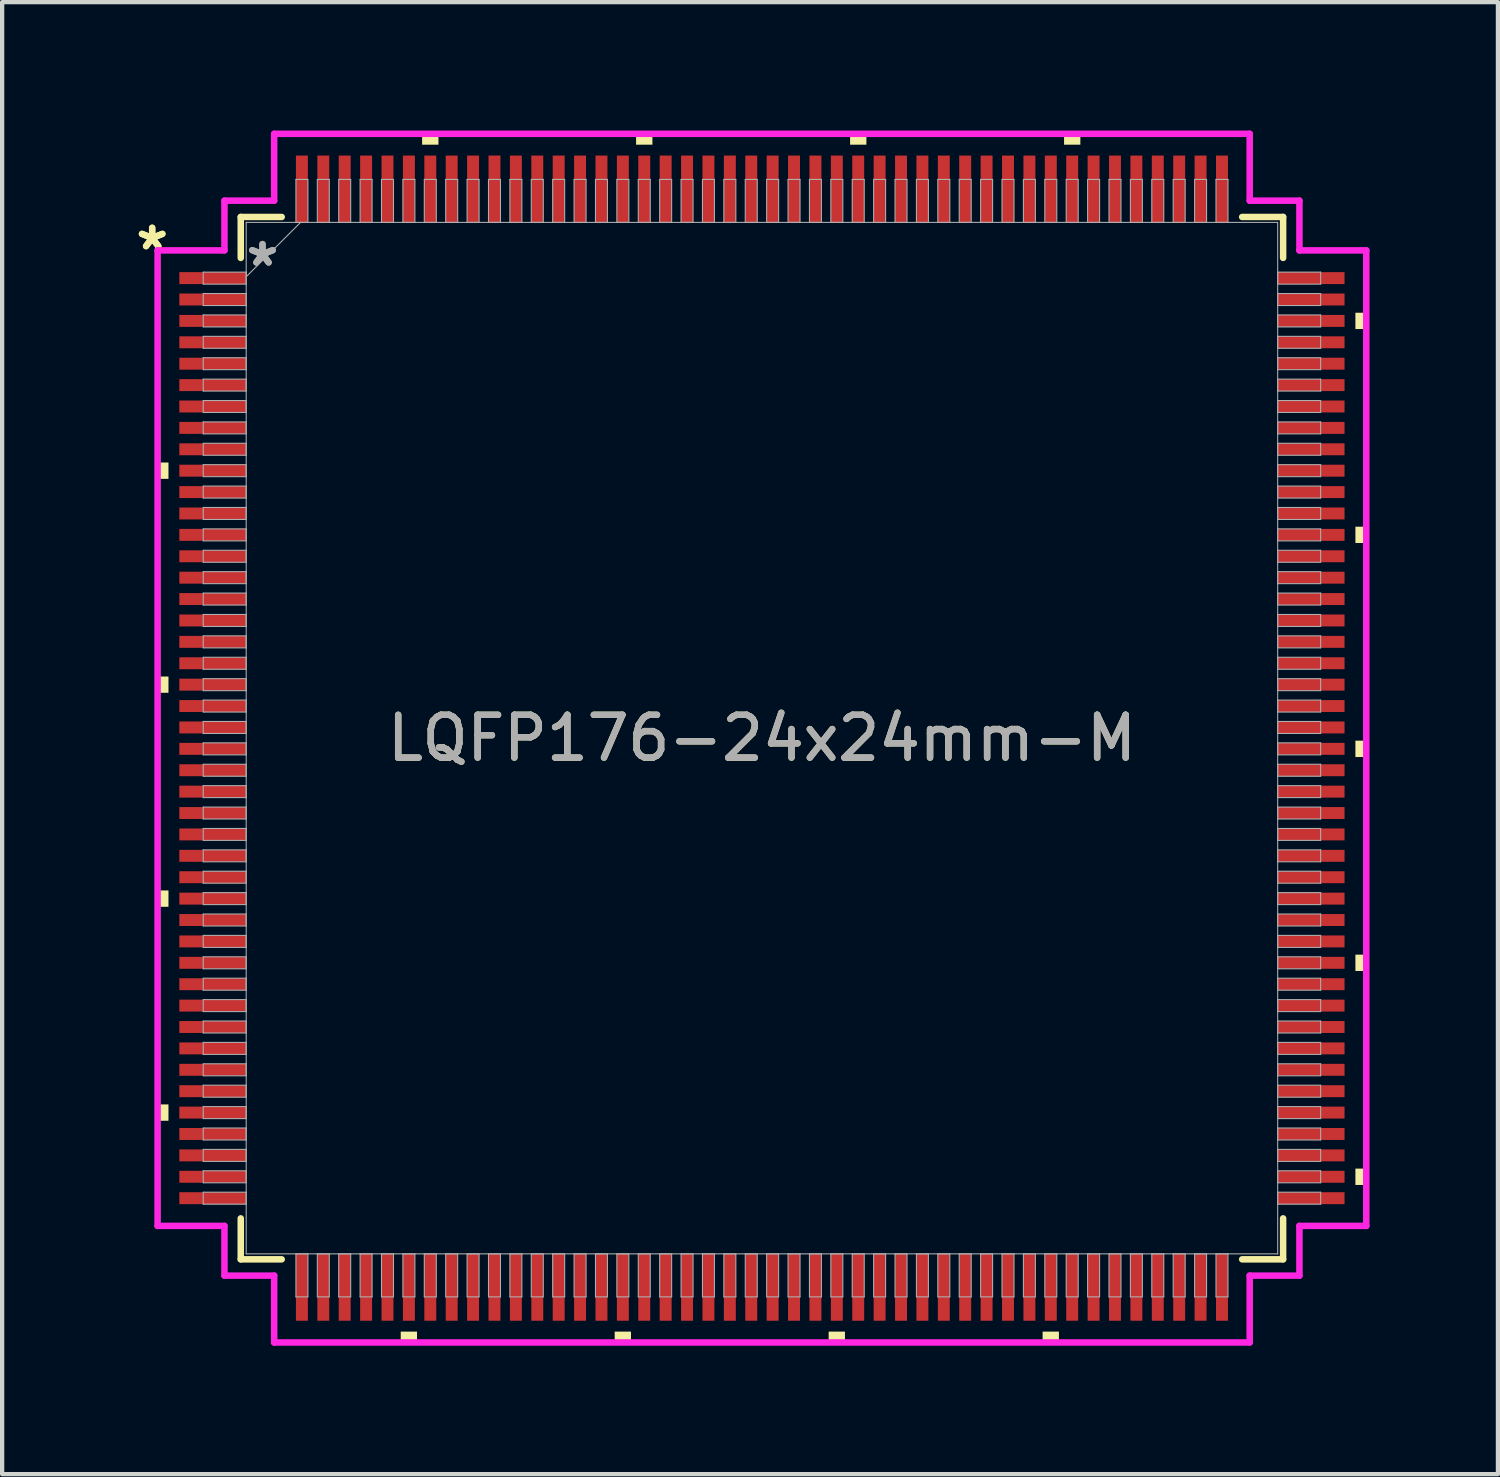
<source format=kicad_pcb>
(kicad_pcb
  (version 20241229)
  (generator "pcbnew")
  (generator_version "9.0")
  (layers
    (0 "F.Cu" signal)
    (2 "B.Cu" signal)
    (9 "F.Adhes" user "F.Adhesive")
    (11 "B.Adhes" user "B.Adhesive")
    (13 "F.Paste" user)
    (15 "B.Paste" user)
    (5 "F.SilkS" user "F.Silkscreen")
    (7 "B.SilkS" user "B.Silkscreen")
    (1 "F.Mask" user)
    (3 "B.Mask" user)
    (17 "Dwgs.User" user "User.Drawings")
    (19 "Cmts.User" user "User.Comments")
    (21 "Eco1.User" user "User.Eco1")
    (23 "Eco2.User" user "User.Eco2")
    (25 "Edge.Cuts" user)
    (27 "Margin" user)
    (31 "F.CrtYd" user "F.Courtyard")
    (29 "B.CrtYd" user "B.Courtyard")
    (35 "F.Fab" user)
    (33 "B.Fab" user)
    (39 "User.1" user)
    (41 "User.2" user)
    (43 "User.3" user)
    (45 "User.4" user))
  (footprint "LQFP176-24x24mm-M"
    (layer "F.Cu")
    (at 14.755 14.199)
    (property "Reference" "LQFP176-24x24mm-M" (at 0 0 0) (unlocked yes) (layer "F.SilkS") (effects (font (size 1 1) (thickness 0.15))))
    (attr smd)
    (fp_line (start -12.179 -12.179) (end -12.179 -11.222) (stroke (width 0.152) (type solid)) (layer "F.SilkS"))
    (fp_line (start -12.179 11.222) (end -12.179 12.179) (stroke (width 0.152) (type solid)) (layer "F.SilkS"))
    (fp_line (start -12.179 12.179) (end -11.222 12.179) (stroke (width 0.152) (type solid)) (layer "F.SilkS"))
    (fp_line (start -11.222 -12.179) (end -12.179 -12.179) (stroke (width 0.152) (type solid)) (layer "F.SilkS"))
    (fp_line (start 11.222 12.179) (end 12.179 12.179) (stroke (width 0.152) (type solid)) (layer "F.SilkS"))
    (fp_line (start 12.179 -12.179) (end 11.222 -12.179) (stroke (width 0.152) (type solid)) (layer "F.SilkS"))
    (fp_line (start 12.179 -11.222) (end 12.179 -12.179) (stroke (width 0.152) (type solid)) (layer "F.SilkS"))
    (fp_line (start 12.179 12.179) (end 12.179 11.222) (stroke (width 0.152) (type solid)) (layer "F.SilkS"))
    (fp_poly (pts (xy -14.122 -6.441) (xy -14.122 -6.059) (xy -13.868 -6.059) (xy -13.868 -6.441)) (stroke (width 0) (type solid)) (fill yes) (layer "F.SilkS"))
    (fp_poly (pts (xy -14.122 -1.44) (xy -14.122 -1.06) (xy -13.868 -1.06) (xy -13.868 -1.44)) (stroke (width 0) (type solid)) (fill yes) (layer "F.SilkS"))
    (fp_poly (pts (xy -14.122 3.559) (xy -14.122 3.941) (xy -13.868 3.941) (xy -13.868 3.559)) (stroke (width 0) (type solid)) (fill yes) (layer "F.SilkS"))
    (fp_poly (pts (xy -14.122 8.559) (xy -14.122 8.941) (xy -13.868 8.941) (xy -13.868 8.559)) (stroke (width 0) (type solid)) (fill yes) (layer "F.SilkS"))
    (fp_poly (pts (xy -8.441 13.868) (xy -8.441 14.122) (xy -8.06 14.122) (xy -8.06 13.868)) (stroke (width 0) (type solid)) (fill yes) (layer "F.SilkS"))
    (fp_poly (pts (xy -7.941 -13.868) (xy -7.941 -14.122) (xy -7.559 -14.122) (xy -7.559 -13.868)) (stroke (width 0) (type solid)) (fill yes) (layer "F.SilkS"))
    (fp_poly (pts (xy -3.441 13.868) (xy -3.441 14.122) (xy -3.06 14.122) (xy -3.06 13.868)) (stroke (width 0) (type solid)) (fill yes) (layer "F.SilkS"))
    (fp_poly (pts (xy -2.941 -13.868) (xy -2.941 -14.122) (xy -2.559 -14.122) (xy -2.559 -13.868)) (stroke (width 0) (type solid)) (fill yes) (layer "F.SilkS"))
    (fp_poly (pts (xy 1.559 13.868) (xy 1.559 14.122) (xy 1.94 14.122) (xy 1.94 13.868)) (stroke (width 0) (type solid)) (fill yes) (layer "F.SilkS"))
    (fp_poly (pts (xy 2.06 -13.868) (xy 2.06 -14.122) (xy 2.441 -14.122) (xy 2.441 -13.868)) (stroke (width 0) (type solid)) (fill yes) (layer "F.SilkS"))
    (fp_poly (pts (xy 6.559 13.868) (xy 6.559 14.122) (xy 6.94 14.122) (xy 6.94 13.868)) (stroke (width 0) (type solid)) (fill yes) (layer "F.SilkS"))
    (fp_poly (pts (xy 7.06 -13.868) (xy 7.06 -14.122) (xy 7.441 -14.122) (xy 7.441 -13.868)) (stroke (width 0) (type solid)) (fill yes) (layer "F.SilkS"))
    (fp_poly (pts (xy 14.122 -9.941) (xy 14.122 -9.56) (xy 13.868 -9.56) (xy 13.868 -9.941)) (stroke (width 0) (type solid)) (fill yes) (layer "F.SilkS"))
    (fp_poly (pts (xy 14.122 -4.941) (xy 14.122 -4.56) (xy 13.868 -4.56) (xy 13.868 -4.941)) (stroke (width 0) (type solid)) (fill yes) (layer "F.SilkS"))
    (fp_poly (pts (xy 14.122 0.059) (xy 14.122 0.441) (xy 13.868 0.441) (xy 13.868 0.059)) (stroke (width 0) (type solid)) (fill yes) (layer "F.SilkS"))
    (fp_poly (pts (xy 14.122 5.059) (xy 14.122 5.441) (xy 13.868 5.441) (xy 13.868 5.059)) (stroke (width 0) (type solid)) (fill yes) (layer "F.SilkS"))
    (fp_poly (pts (xy 14.122 10.059) (xy 14.122 10.441) (xy 13.868 10.441) (xy 13.868 10.059)) (stroke (width 0) (type solid)) (fill yes) (layer "F.SilkS"))
    (fp_line (start -14.122 -11.398) (end -12.56 -11.398) (stroke (width 0.152) (type solid)) (layer "F.CrtYd"))
    (fp_line (start -14.122 11.398) (end -14.122 -11.398) (stroke (width 0.152) (type solid)) (layer "F.CrtYd"))
    (fp_line (start -12.56 -12.56) (end -11.398 -12.56) (stroke (width 0.152) (type solid)) (layer "F.CrtYd"))
    (fp_line (start -12.56 -11.398) (end -12.56 -12.56) (stroke (width 0.152) (type solid)) (layer "F.CrtYd"))
    (fp_line (start -12.56 11.398) (end -14.122 11.398) (stroke (width 0.152) (type solid)) (layer "F.CrtYd"))
    (fp_line (start -12.56 12.56) (end -12.56 11.398) (stroke (width 0.152) (type solid)) (layer "F.CrtYd"))
    (fp_line (start -12.56 12.56) (end -11.398 12.56) (stroke (width 0.152) (type solid)) (layer "F.CrtYd"))
    (fp_line (start -11.398 -14.122) (end 11.398 -14.122) (stroke (width 0.152) (type solid)) (layer "F.CrtYd"))
    (fp_line (start -11.398 -12.56) (end -11.398 -14.122) (stroke (width 0.152) (type solid)) (layer "F.CrtYd"))
    (fp_line (start -11.398 12.56) (end -11.398 14.122) (stroke (width 0.152) (type solid)) (layer "F.CrtYd"))
    (fp_line (start -11.398 14.122) (end 11.398 14.122) (stroke (width 0.152) (type solid)) (layer "F.CrtYd"))
    (fp_line (start 11.398 -14.122) (end 11.398 -12.56) (stroke (width 0.152) (type solid)) (layer "F.CrtYd"))
    (fp_line (start 11.398 -12.56) (end 12.56 -12.56) (stroke (width 0.152) (type solid)) (layer "F.CrtYd"))
    (fp_line (start 11.398 12.56) (end 12.56 12.56) (stroke (width 0.152) (type solid)) (layer "F.CrtYd"))
    (fp_line (start 11.398 14.122) (end 11.398 12.56) (stroke (width 0.152) (type solid)) (layer "F.CrtYd"))
    (fp_line (start 12.56 -11.398) (end 12.56 -12.56) (stroke (width 0.152) (type solid)) (layer "F.CrtYd"))
    (fp_line (start 12.56 11.398) (end 14.122 11.398) (stroke (width 0.152) (type solid)) (layer "F.CrtYd"))
    (fp_line (start 12.56 12.56) (end 12.56 11.398) (stroke (width 0.152) (type solid)) (layer "F.CrtYd"))
    (fp_line (start 14.122 -11.398) (end 12.56 -11.398) (stroke (width 0.152) (type solid)) (layer "F.CrtYd"))
    (fp_line (start 14.122 11.398) (end 14.122 -11.398) (stroke (width 0.152) (type solid)) (layer "F.CrtYd"))
    (fp_line (start -13.056 -10.89) (end -13.056 -10.61) (stroke (width 0.025) (type solid)) (layer "F.Fab"))
    (fp_line (start -13.056 -10.61) (end -12.052 -10.61) (stroke (width 0.025) (type solid)) (layer "F.Fab"))
    (fp_line (start -13.056 -10.39) (end -13.056 -10.11) (stroke (width 0.025) (type solid)) (layer "F.Fab"))
    (fp_line (start -13.056 -10.11) (end -12.052 -10.11) (stroke (width 0.025) (type solid)) (layer "F.Fab"))
    (fp_line (start -13.056 -9.89) (end -13.056 -9.61) (stroke (width 0.025) (type solid)) (layer "F.Fab"))
    (fp_line (start -13.056 -9.61) (end -12.052 -9.61) (stroke (width 0.025) (type solid)) (layer "F.Fab"))
    (fp_line (start -13.056 -9.39) (end -13.056 -9.11) (stroke (width 0.025) (type solid)) (layer "F.Fab"))
    (fp_line (start -13.056 -9.11) (end -12.052 -9.11) (stroke (width 0.025) (type solid)) (layer "F.Fab"))
    (fp_line (start -13.056 -8.89) (end -13.056 -8.61) (stroke (width 0.025) (type solid)) (layer "F.Fab"))
    (fp_line (start -13.056 -8.61) (end -12.052 -8.61) (stroke (width 0.025) (type solid)) (layer "F.Fab"))
    (fp_line (start -13.056 -8.39) (end -13.056 -8.11) (stroke (width 0.025) (type solid)) (layer "F.Fab"))
    (fp_line (start -13.056 -8.11) (end -12.052 -8.11) (stroke (width 0.025) (type solid)) (layer "F.Fab"))
    (fp_line (start -13.056 -7.89) (end -13.056 -7.61) (stroke (width 0.025) (type solid)) (layer "F.Fab"))
    (fp_line (start -13.056 -7.61) (end -12.052 -7.61) (stroke (width 0.025) (type solid)) (layer "F.Fab"))
    (fp_line (start -13.056 -7.39) (end -13.056 -7.11) (stroke (width 0.025) (type solid)) (layer "F.Fab"))
    (fp_line (start -13.056 -7.11) (end -12.052 -7.11) (stroke (width 0.025) (type solid)) (layer "F.Fab"))
    (fp_line (start -13.056 -6.89) (end -13.056 -6.61) (stroke (width 0.025) (type solid)) (layer "F.Fab"))
    (fp_line (start -13.056 -6.61) (end -12.052 -6.61) (stroke (width 0.025) (type solid)) (layer "F.Fab"))
    (fp_line (start -13.056 -6.39) (end -13.056 -6.11) (stroke (width 0.025) (type solid)) (layer "F.Fab"))
    (fp_line (start -13.056 -6.11) (end -12.052 -6.11) (stroke (width 0.025) (type solid)) (layer "F.Fab"))
    (fp_line (start -13.056 -5.89) (end -13.056 -5.61) (stroke (width 0.025) (type solid)) (layer "F.Fab"))
    (fp_line (start -13.056 -5.61) (end -12.052 -5.61) (stroke (width 0.025) (type solid)) (layer "F.Fab"))
    (fp_line (start -13.056 -5.39) (end -13.056 -5.11) (stroke (width 0.025) (type solid)) (layer "F.Fab"))
    (fp_line (start -13.056 -5.11) (end -12.052 -5.11) (stroke (width 0.025) (type solid)) (layer "F.Fab"))
    (fp_line (start -13.056 -4.89) (end -13.056 -4.61) (stroke (width 0.025) (type solid)) (layer "F.Fab"))
    (fp_line (start -13.056 -4.61) (end -12.052 -4.61) (stroke (width 0.025) (type solid)) (layer "F.Fab"))
    (fp_line (start -13.056 -4.39) (end -13.056 -4.11) (stroke (width 0.025) (type solid)) (layer "F.Fab"))
    (fp_line (start -13.056 -4.11) (end -12.052 -4.11) (stroke (width 0.025) (type solid)) (layer "F.Fab"))
    (fp_line (start -13.056 -3.89) (end -13.056 -3.61) (stroke (width 0.025) (type solid)) (layer "F.Fab"))
    (fp_line (start -13.056 -3.61) (end -12.052 -3.61) (stroke (width 0.025) (type solid)) (layer "F.Fab"))
    (fp_line (start -13.056 -3.39) (end -13.056 -3.11) (stroke (width 0.025) (type solid)) (layer "F.Fab"))
    (fp_line (start -13.056 -3.11) (end -12.052 -3.11) (stroke (width 0.025) (type solid)) (layer "F.Fab"))
    (fp_line (start -13.056 -2.89) (end -13.056 -2.61) (stroke (width 0.025) (type solid)) (layer "F.Fab"))
    (fp_line (start -13.056 -2.61) (end -12.052 -2.61) (stroke (width 0.025) (type solid)) (layer "F.Fab"))
    (fp_line (start -13.056 -2.39) (end -13.056 -2.11) (stroke (width 0.025) (type solid)) (layer "F.Fab"))
    (fp_line (start -13.056 -2.11) (end -12.052 -2.11) (stroke (width 0.025) (type solid)) (layer "F.Fab"))
    (fp_line (start -13.056 -1.89) (end -13.056 -1.61) (stroke (width 0.025) (type solid)) (layer "F.Fab"))
    (fp_line (start -13.056 -1.61) (end -12.052 -1.61) (stroke (width 0.025) (type solid)) (layer "F.Fab"))
    (fp_line (start -13.056 -1.39) (end -13.056 -1.11) (stroke (width 0.025) (type solid)) (layer "F.Fab"))
    (fp_line (start -13.056 -1.11) (end -12.052 -1.11) (stroke (width 0.025) (type solid)) (layer "F.Fab"))
    (fp_line (start -13.056 -0.89) (end -13.056 -0.61) (stroke (width 0.025) (type solid)) (layer "F.Fab"))
    (fp_line (start -13.056 -0.61) (end -12.052 -0.61) (stroke (width 0.025) (type solid)) (layer "F.Fab"))
    (fp_line (start -13.056 -0.39) (end -13.056 -0.11) (stroke (width 0.025) (type solid)) (layer "F.Fab"))
    (fp_line (start -13.056 -0.11) (end -12.052 -0.11) (stroke (width 0.025) (type solid)) (layer "F.Fab"))
    (fp_line (start -13.056 0.11) (end -13.056 0.39) (stroke (width 0.025) (type solid)) (layer "F.Fab"))
    (fp_line (start -13.056 0.39) (end -12.052 0.39) (stroke (width 0.025) (type solid)) (layer "F.Fab"))
    (fp_line (start -13.056 0.61) (end -13.056 0.89) (stroke (width 0.025) (type solid)) (layer "F.Fab"))
    (fp_line (start -13.056 0.89) (end -12.052 0.89) (stroke (width 0.025) (type solid)) (layer "F.Fab"))
    (fp_line (start -13.056 1.11) (end -13.056 1.39) (stroke (width 0.025) (type solid)) (layer "F.Fab"))
    (fp_line (start -13.056 1.39) (end -12.052 1.39) (stroke (width 0.025) (type solid)) (layer "F.Fab"))
    (fp_line (start -13.056 1.61) (end -13.056 1.89) (stroke (width 0.025) (type solid)) (layer "F.Fab"))
    (fp_line (start -13.056 1.89) (end -12.052 1.89) (stroke (width 0.025) (type solid)) (layer "F.Fab"))
    (fp_line (start -13.056 2.11) (end -13.056 2.39) (stroke (width 0.025) (type solid)) (layer "F.Fab"))
    (fp_line (start -13.056 2.39) (end -12.052 2.39) (stroke (width 0.025) (type solid)) (layer "F.Fab"))
    (fp_line (start -13.056 2.61) (end -13.056 2.89) (stroke (width 0.025) (type solid)) (layer "F.Fab"))
    (fp_line (start -13.056 2.89) (end -12.052 2.89) (stroke (width 0.025) (type solid)) (layer "F.Fab"))
    (fp_line (start -13.056 3.11) (end -13.056 3.39) (stroke (width 0.025) (type solid)) (layer "F.Fab"))
    (fp_line (start -13.056 3.39) (end -12.052 3.39) (stroke (width 0.025) (type solid)) (layer "F.Fab"))
    (fp_line (start -13.056 3.61) (end -13.056 3.89) (stroke (width 0.025) (type solid)) (layer "F.Fab"))
    (fp_line (start -13.056 3.89) (end -12.052 3.89) (stroke (width 0.025) (type solid)) (layer "F.Fab"))
    (fp_line (start -13.056 4.11) (end -13.056 4.39) (stroke (width 0.025) (type solid)) (layer "F.Fab"))
    (fp_line (start -13.056 4.39) (end -12.052 4.39) (stroke (width 0.025) (type solid)) (layer "F.Fab"))
    (fp_line (start -13.056 4.61) (end -13.056 4.89) (stroke (width 0.025) (type solid)) (layer "F.Fab"))
    (fp_line (start -13.056 4.89) (end -12.052 4.89) (stroke (width 0.025) (type solid)) (layer "F.Fab"))
    (fp_line (start -13.056 5.11) (end -13.056 5.39) (stroke (width 0.025) (type solid)) (layer "F.Fab"))
    (fp_line (start -13.056 5.39) (end -12.052 5.39) (stroke (width 0.025) (type solid)) (layer "F.Fab"))
    (fp_line (start -13.056 5.61) (end -13.056 5.89) (stroke (width 0.025) (type solid)) (layer "F.Fab"))
    (fp_line (start -13.056 5.89) (end -12.052 5.89) (stroke (width 0.025) (type solid)) (layer "F.Fab"))
    (fp_line (start -13.056 6.11) (end -13.056 6.39) (stroke (width 0.025) (type solid)) (layer "F.Fab"))
    (fp_line (start -13.056 6.39) (end -12.052 6.39) (stroke (width 0.025) (type solid)) (layer "F.Fab"))
    (fp_line (start -13.056 6.61) (end -13.056 6.89) (stroke (width 0.025) (type solid)) (layer "F.Fab"))
    (fp_line (start -13.056 6.89) (end -12.052 6.89) (stroke (width 0.025) (type solid)) (layer "F.Fab"))
    (fp_line (start -13.056 7.11) (end -13.056 7.39) (stroke (width 0.025) (type solid)) (layer "F.Fab"))
    (fp_line (start -13.056 7.39) (end -12.052 7.39) (stroke (width 0.025) (type solid)) (layer "F.Fab"))
    (fp_line (start -13.056 7.61) (end -13.056 7.89) (stroke (width 0.025) (type solid)) (layer "F.Fab"))
    (fp_line (start -13.056 7.89) (end -12.052 7.89) (stroke (width 0.025) (type solid)) (layer "F.Fab"))
    (fp_line (start -13.056 8.11) (end -13.056 8.39) (stroke (width 0.025) (type solid)) (layer "F.Fab"))
    (fp_line (start -13.056 8.39) (end -12.052 8.39) (stroke (width 0.025) (type solid)) (layer "F.Fab"))
    (fp_line (start -13.056 8.61) (end -13.056 8.89) (stroke (width 0.025) (type solid)) (layer "F.Fab"))
    (fp_line (start -13.056 8.89) (end -12.052 8.89) (stroke (width 0.025) (type solid)) (layer "F.Fab"))
    (fp_line (start -13.056 9.11) (end -13.056 9.39) (stroke (width 0.025) (type solid)) (layer "F.Fab"))
    (fp_line (start -13.056 9.39) (end -12.052 9.39) (stroke (width 0.025) (type solid)) (layer "F.Fab"))
    (fp_line (start -13.056 9.61) (end -13.056 9.89) (stroke (width 0.025) (type solid)) (layer "F.Fab"))
    (fp_line (start -13.056 9.89) (end -12.052 9.89) (stroke (width 0.025) (type solid)) (layer "F.Fab"))
    (fp_line (start -13.056 10.11) (end -13.056 10.39) (stroke (width 0.025) (type solid)) (layer "F.Fab"))
    (fp_line (start -13.056 10.39) (end -12.052 10.39) (stroke (width 0.025) (type solid)) (layer "F.Fab"))
    (fp_line (start -13.056 10.61) (end -13.056 10.89) (stroke (width 0.025) (type solid)) (layer "F.Fab"))
    (fp_line (start -13.056 10.89) (end -12.052 10.89) (stroke (width 0.025) (type solid)) (layer "F.Fab"))
    (fp_line (start -12.052 -12.052) (end -12.052 12.052) (stroke (width 0.025) (type solid)) (layer "F.Fab"))
    (fp_line (start -12.052 -10.89) (end -13.056 -10.89) (stroke (width 0.025) (type solid)) (layer "F.Fab"))
    (fp_line (start -12.052 -10.782) (end -10.782 -12.052) (stroke (width 0.025) (type solid)) (layer "F.Fab"))
    (fp_line (start -12.052 -10.61) (end -12.052 -10.89) (stroke (width 0.025) (type solid)) (layer "F.Fab"))
    (fp_line (start -12.052 -10.39) (end -13.056 -10.39) (stroke (width 0.025) (type solid)) (layer "F.Fab"))
    (fp_line (start -12.052 -10.11) (end -12.052 -10.39) (stroke (width 0.025) (type solid)) (layer "F.Fab"))
    (fp_line (start -12.052 -9.89) (end -13.056 -9.89) (stroke (width 0.025) (type solid)) (layer "F.Fab"))
    (fp_line (start -12.052 -9.61) (end -12.052 -9.89) (stroke (width 0.025) (type solid)) (layer "F.Fab"))
    (fp_line (start -12.052 -9.39) (end -13.056 -9.39) (stroke (width 0.025) (type solid)) (layer "F.Fab"))
    (fp_line (start -12.052 -9.11) (end -12.052 -9.39) (stroke (width 0.025) (type solid)) (layer "F.Fab"))
    (fp_line (start -12.052 -8.89) (end -13.056 -8.89) (stroke (width 0.025) (type solid)) (layer "F.Fab"))
    (fp_line (start -12.052 -8.61) (end -12.052 -8.89) (stroke (width 0.025) (type solid)) (layer "F.Fab"))
    (fp_line (start -12.052 -8.39) (end -13.056 -8.39) (stroke (width 0.025) (type solid)) (layer "F.Fab"))
    (fp_line (start -12.052 -8.11) (end -12.052 -8.39) (stroke (width 0.025) (type solid)) (layer "F.Fab"))
    (fp_line (start -12.052 -7.89) (end -13.056 -7.89) (stroke (width 0.025) (type solid)) (layer "F.Fab"))
    (fp_line (start -12.052 -7.61) (end -12.052 -7.89) (stroke (width 0.025) (type solid)) (layer "F.Fab"))
    (fp_line (start -12.052 -7.39) (end -13.056 -7.39) (stroke (width 0.025) (type solid)) (layer "F.Fab"))
    (fp_line (start -12.052 -7.11) (end -12.052 -7.39) (stroke (width 0.025) (type solid)) (layer "F.Fab"))
    (fp_line (start -12.052 -6.89) (end -13.056 -6.89) (stroke (width 0.025) (type solid)) (layer "F.Fab"))
    (fp_line (start -12.052 -6.61) (end -12.052 -6.89) (stroke (width 0.025) (type solid)) (layer "F.Fab"))
    (fp_line (start -12.052 -6.39) (end -13.056 -6.39) (stroke (width 0.025) (type solid)) (layer "F.Fab"))
    (fp_line (start -12.052 -6.11) (end -12.052 -6.39) (stroke (width 0.025) (type solid)) (layer "F.Fab"))
    (fp_line (start -12.052 -5.89) (end -13.056 -5.89) (stroke (width 0.025) (type solid)) (layer "F.Fab"))
    (fp_line (start -12.052 -5.61) (end -12.052 -5.89) (stroke (width 0.025) (type solid)) (layer "F.Fab"))
    (fp_line (start -12.052 -5.39) (end -13.056 -5.39) (stroke (width 0.025) (type solid)) (layer "F.Fab"))
    (fp_line (start -12.052 -5.11) (end -12.052 -5.39) (stroke (width 0.025) (type solid)) (layer "F.Fab"))
    (fp_line (start -12.052 -4.89) (end -13.056 -4.89) (stroke (width 0.025) (type solid)) (layer "F.Fab"))
    (fp_line (start -12.052 -4.61) (end -12.052 -4.89) (stroke (width 0.025) (type solid)) (layer "F.Fab"))
    (fp_line (start -12.052 -4.39) (end -13.056 -4.39) (stroke (width 0.025) (type solid)) (layer "F.Fab"))
    (fp_line (start -12.052 -4.11) (end -12.052 -4.39) (stroke (width 0.025) (type solid)) (layer "F.Fab"))
    (fp_line (start -12.052 -3.89) (end -13.056 -3.89) (stroke (width 0.025) (type solid)) (layer "F.Fab"))
    (fp_line (start -12.052 -3.61) (end -12.052 -3.89) (stroke (width 0.025) (type solid)) (layer "F.Fab"))
    (fp_line (start -12.052 -3.39) (end -13.056 -3.39) (stroke (width 0.025) (type solid)) (layer "F.Fab"))
    (fp_line (start -12.052 -3.11) (end -12.052 -3.39) (stroke (width 0.025) (type solid)) (layer "F.Fab"))
    (fp_line (start -12.052 -2.89) (end -13.056 -2.89) (stroke (width 0.025) (type solid)) (layer "F.Fab"))
    (fp_line (start -12.052 -2.61) (end -12.052 -2.89) (stroke (width 0.025) (type solid)) (layer "F.Fab"))
    (fp_line (start -12.052 -2.39) (end -13.056 -2.39) (stroke (width 0.025) (type solid)) (layer "F.Fab"))
    (fp_line (start -12.052 -2.11) (end -12.052 -2.39) (stroke (width 0.025) (type solid)) (layer "F.Fab"))
    (fp_line (start -12.052 -1.89) (end -13.056 -1.89) (stroke (width 0.025) (type solid)) (layer "F.Fab"))
    (fp_line (start -12.052 -1.61) (end -12.052 -1.89) (stroke (width 0.025) (type solid)) (layer "F.Fab"))
    (fp_line (start -12.052 -1.39) (end -13.056 -1.39) (stroke (width 0.025) (type solid)) (layer "F.Fab"))
    (fp_line (start -12.052 -1.11) (end -12.052 -1.39) (stroke (width 0.025) (type solid)) (layer "F.Fab"))
    (fp_line (start -12.052 -0.89) (end -13.056 -0.89) (stroke (width 0.025) (type solid)) (layer "F.Fab"))
    (fp_line (start -12.052 -0.61) (end -12.052 -0.89) (stroke (width 0.025) (type solid)) (layer "F.Fab"))
    (fp_line (start -12.052 -0.39) (end -13.056 -0.39) (stroke (width 0.025) (type solid)) (layer "F.Fab"))
    (fp_line (start -12.052 -0.11) (end -12.052 -0.39) (stroke (width 0.025) (type solid)) (layer "F.Fab"))
    (fp_line (start -12.052 0.11) (end -13.056 0.11) (stroke (width 0.025) (type solid)) (layer "F.Fab"))
    (fp_line (start -12.052 0.39) (end -12.052 0.11) (stroke (width 0.025) (type solid)) (layer "F.Fab"))
    (fp_line (start -12.052 0.61) (end -13.056 0.61) (stroke (width 0.025) (type solid)) (layer "F.Fab"))
    (fp_line (start -12.052 0.89) (end -12.052 0.61) (stroke (width 0.025) (type solid)) (layer "F.Fab"))
    (fp_line (start -12.052 1.11) (end -13.056 1.11) (stroke (width 0.025) (type solid)) (layer "F.Fab"))
    (fp_line (start -12.052 1.39) (end -12.052 1.11) (stroke (width 0.025) (type solid)) (layer "F.Fab"))
    (fp_line (start -12.052 1.61) (end -13.056 1.61) (stroke (width 0.025) (type solid)) (layer "F.Fab"))
    (fp_line (start -12.052 1.89) (end -12.052 1.61) (stroke (width 0.025) (type solid)) (layer "F.Fab"))
    (fp_line (start -12.052 2.11) (end -13.056 2.11) (stroke (width 0.025) (type solid)) (layer "F.Fab"))
    (fp_line (start -12.052 2.39) (end -12.052 2.11) (stroke (width 0.025) (type solid)) (layer "F.Fab"))
    (fp_line (start -12.052 2.61) (end -13.056 2.61) (stroke (width 0.025) (type solid)) (layer "F.Fab"))
    (fp_line (start -12.052 2.89) (end -12.052 2.61) (stroke (width 0.025) (type solid)) (layer "F.Fab"))
    (fp_line (start -12.052 3.11) (end -13.056 3.11) (stroke (width 0.025) (type solid)) (layer "F.Fab"))
    (fp_line (start -12.052 3.39) (end -12.052 3.11) (stroke (width 0.025) (type solid)) (layer "F.Fab"))
    (fp_line (start -12.052 3.61) (end -13.056 3.61) (stroke (width 0.025) (type solid)) (layer "F.Fab"))
    (fp_line (start -12.052 3.89) (end -12.052 3.61) (stroke (width 0.025) (type solid)) (layer "F.Fab"))
    (fp_line (start -12.052 4.11) (end -13.056 4.11) (stroke (width 0.025) (type solid)) (layer "F.Fab"))
    (fp_line (start -12.052 4.39) (end -12.052 4.11) (stroke (width 0.025) (type solid)) (layer "F.Fab"))
    (fp_line (start -12.052 4.61) (end -13.056 4.61) (stroke (width 0.025) (type solid)) (layer "F.Fab"))
    (fp_line (start -12.052 4.89) (end -12.052 4.61) (stroke (width 0.025) (type solid)) (layer "F.Fab"))
    (fp_line (start -12.052 5.11) (end -13.056 5.11) (stroke (width 0.025) (type solid)) (layer "F.Fab"))
    (fp_line (start -12.052 5.39) (end -12.052 5.11) (stroke (width 0.025) (type solid)) (layer "F.Fab"))
    (fp_line (start -12.052 5.61) (end -13.056 5.61) (stroke (width 0.025) (type solid)) (layer "F.Fab"))
    (fp_line (start -12.052 5.89) (end -12.052 5.61) (stroke (width 0.025) (type solid)) (layer "F.Fab"))
    (fp_line (start -12.052 6.11) (end -13.056 6.11) (stroke (width 0.025) (type solid)) (layer "F.Fab"))
    (fp_line (start -12.052 6.39) (end -12.052 6.11) (stroke (width 0.025) (type solid)) (layer "F.Fab"))
    (fp_line (start -12.052 6.61) (end -13.056 6.61) (stroke (width 0.025) (type solid)) (layer "F.Fab"))
    (fp_line (start -12.052 6.89) (end -12.052 6.61) (stroke (width 0.025) (type solid)) (layer "F.Fab"))
    (fp_line (start -12.052 7.11) (end -13.056 7.11) (stroke (width 0.025) (type solid)) (layer "F.Fab"))
    (fp_line (start -12.052 7.39) (end -12.052 7.11) (stroke (width 0.025) (type solid)) (layer "F.Fab"))
    (fp_line (start -12.052 7.61) (end -13.056 7.61) (stroke (width 0.025) (type solid)) (layer "F.Fab"))
    (fp_line (start -12.052 7.89) (end -12.052 7.61) (stroke (width 0.025) (type solid)) (layer "F.Fab"))
    (fp_line (start -12.052 8.11) (end -13.056 8.11) (stroke (width 0.025) (type solid)) (layer "F.Fab"))
    (fp_line (start -12.052 8.39) (end -12.052 8.11) (stroke (width 0.025) (type solid)) (layer "F.Fab"))
    (fp_line (start -12.052 8.61) (end -13.056 8.61) (stroke (width 0.025) (type solid)) (layer "F.Fab"))
    (fp_line (start -12.052 8.89) (end -12.052 8.61) (stroke (width 0.025) (type solid)) (layer "F.Fab"))
    (fp_line (start -12.052 9.11) (end -13.056 9.11) (stroke (width 0.025) (type solid)) (layer "F.Fab"))
    (fp_line (start -12.052 9.39) (end -12.052 9.11) (stroke (width 0.025) (type solid)) (layer "F.Fab"))
    (fp_line (start -12.052 9.61) (end -13.056 9.61) (stroke (width 0.025) (type solid)) (layer "F.Fab"))
    (fp_line (start -12.052 9.89) (end -12.052 9.61) (stroke (width 0.025) (type solid)) (layer "F.Fab"))
    (fp_line (start -12.052 10.11) (end -13.056 10.11) (stroke (width 0.025) (type solid)) (layer "F.Fab"))
    (fp_line (start -12.052 10.39) (end -12.052 10.11) (stroke (width 0.025) (type solid)) (layer "F.Fab"))
    (fp_line (start -12.052 10.61) (end -13.056 10.61) (stroke (width 0.025) (type solid)) (layer "F.Fab"))
    (fp_line (start -12.052 10.89) (end -12.052 10.61) (stroke (width 0.025) (type solid)) (layer "F.Fab"))
    (fp_line (start -12.052 12.052) (end 12.052 12.052) (stroke (width 0.025) (type solid)) (layer "F.Fab"))
    (fp_line (start -10.89 -13.056) (end -10.89 -12.052) (stroke (width 0.025) (type solid)) (layer "F.Fab"))
    (fp_line (start -10.89 -12.052) (end -10.61 -12.052) (stroke (width 0.025) (type solid)) (layer "F.Fab"))
    (fp_line (start -10.89 12.052) (end -10.89 13.056) (stroke (width 0.025) (type solid)) (layer "F.Fab"))
    (fp_line (start -10.89 13.056) (end -10.61 13.056) (stroke (width 0.025) (type solid)) (layer "F.Fab"))
    (fp_line (start -10.61 -13.056) (end -10.89 -13.056) (stroke (width 0.025) (type solid)) (layer "F.Fab"))
    (fp_line (start -10.61 -12.052) (end -10.61 -13.056) (stroke (width 0.025) (type solid)) (layer "F.Fab"))
    (fp_line (start -10.61 12.052) (end -10.89 12.052) (stroke (width 0.025) (type solid)) (layer "F.Fab"))
    (fp_line (start -10.61 13.056) (end -10.61 12.052) (stroke (width 0.025) (type solid)) (layer "F.Fab"))
    (fp_line (start -10.39 -13.056) (end -10.39 -12.052) (stroke (width 0.025) (type solid)) (layer "F.Fab"))
    (fp_line (start -10.39 -12.052) (end -10.11 -12.052) (stroke (width 0.025) (type solid)) (layer "F.Fab"))
    (fp_line (start -10.39 12.052) (end -10.39 13.056) (stroke (width 0.025) (type solid)) (layer "F.Fab"))
    (fp_line (start -10.39 13.056) (end -10.11 13.056) (stroke (width 0.025) (type solid)) (layer "F.Fab"))
    (fp_line (start -10.11 -13.056) (end -10.39 -13.056) (stroke (width 0.025) (type solid)) (layer "F.Fab"))
    (fp_line (start -10.11 -12.052) (end -10.11 -13.056) (stroke (width 0.025) (type solid)) (layer "F.Fab"))
    (fp_line (start -10.11 12.052) (end -10.39 12.052) (stroke (width 0.025) (type solid)) (layer "F.Fab"))
    (fp_line (start -10.11 13.056) (end -10.11 12.052) (stroke (width 0.025) (type solid)) (layer "F.Fab"))
    (fp_line (start -9.89 -13.056) (end -9.89 -12.052) (stroke (width 0.025) (type solid)) (layer "F.Fab"))
    (fp_line (start -9.89 -12.052) (end -9.61 -12.052) (stroke (width 0.025) (type solid)) (layer "F.Fab"))
    (fp_line (start -9.89 12.052) (end -9.89 13.056) (stroke (width 0.025) (type solid)) (layer "F.Fab"))
    (fp_line (start -9.89 13.056) (end -9.61 13.056) (stroke (width 0.025) (type solid)) (layer "F.Fab"))
    (fp_line (start -9.61 -13.056) (end -9.89 -13.056) (stroke (width 0.025) (type solid)) (layer "F.Fab"))
    (fp_line (start -9.61 -12.052) (end -9.61 -13.056) (stroke (width 0.025) (type solid)) (layer "F.Fab"))
    (fp_line (start -9.61 12.052) (end -9.89 12.052) (stroke (width 0.025) (type solid)) (layer "F.Fab"))
    (fp_line (start -9.61 13.056) (end -9.61 12.052) (stroke (width 0.025) (type solid)) (layer "F.Fab"))
    (fp_line (start -9.39 -13.056) (end -9.39 -12.052) (stroke (width 0.025) (type solid)) (layer "F.Fab"))
    (fp_line (start -9.39 -12.052) (end -9.11 -12.052) (stroke (width 0.025) (type solid)) (layer "F.Fab"))
    (fp_line (start -9.39 12.052) (end -9.39 13.056) (stroke (width 0.025) (type solid)) (layer "F.Fab"))
    (fp_line (start -9.39 13.056) (end -9.11 13.056) (stroke (width 0.025) (type solid)) (layer "F.Fab"))
    (fp_line (start -9.11 -13.056) (end -9.39 -13.056) (stroke (width 0.025) (type solid)) (layer "F.Fab"))
    (fp_line (start -9.11 -12.052) (end -9.11 -13.056) (stroke (width 0.025) (type solid)) (layer "F.Fab"))
    (fp_line (start -9.11 12.052) (end -9.39 12.052) (stroke (width 0.025) (type solid)) (layer "F.Fab"))
    (fp_line (start -9.11 13.056) (end -9.11 12.052) (stroke (width 0.025) (type solid)) (layer "F.Fab"))
    (fp_line (start -8.89 -13.056) (end -8.89 -12.052) (stroke (width 0.025) (type solid)) (layer "F.Fab"))
    (fp_line (start -8.89 -12.052) (end -8.61 -12.052) (stroke (width 0.025) (type solid)) (layer "F.Fab"))
    (fp_line (start -8.89 12.052) (end -8.89 13.056) (stroke (width 0.025) (type solid)) (layer "F.Fab"))
    (fp_line (start -8.89 13.056) (end -8.61 13.056) (stroke (width 0.025) (type solid)) (layer "F.Fab"))
    (fp_line (start -8.61 -13.056) (end -8.89 -13.056) (stroke (width 0.025) (type solid)) (layer "F.Fab"))
    (fp_line (start -8.61 -12.052) (end -8.61 -13.056) (stroke (width 0.025) (type solid)) (layer "F.Fab"))
    (fp_line (start -8.61 12.052) (end -8.89 12.052) (stroke (width 0.025) (type solid)) (layer "F.Fab"))
    (fp_line (start -8.61 13.056) (end -8.61 12.052) (stroke (width 0.025) (type solid)) (layer "F.Fab"))
    (fp_line (start -8.39 -13.056) (end -8.39 -12.052) (stroke (width 0.025) (type solid)) (layer "F.Fab"))
    (fp_line (start -8.39 -12.052) (end -8.11 -12.052) (stroke (width 0.025) (type solid)) (layer "F.Fab"))
    (fp_line (start -8.39 12.052) (end -8.39 13.056) (stroke (width 0.025) (type solid)) (layer "F.Fab"))
    (fp_line (start -8.39 13.056) (end -8.11 13.056) (stroke (width 0.025) (type solid)) (layer "F.Fab"))
    (fp_line (start -8.11 -13.056) (end -8.39 -13.056) (stroke (width 0.025) (type solid)) (layer "F.Fab"))
    (fp_line (start -8.11 -12.052) (end -8.11 -13.056) (stroke (width 0.025) (type solid)) (layer "F.Fab"))
    (fp_line (start -8.11 12.052) (end -8.39 12.052) (stroke (width 0.025) (type solid)) (layer "F.Fab"))
    (fp_line (start -8.11 13.056) (end -8.11 12.052) (stroke (width 0.025) (type solid)) (layer "F.Fab"))
    (fp_line (start -7.89 -13.056) (end -7.89 -12.052) (stroke (width 0.025) (type solid)) (layer "F.Fab"))
    (fp_line (start -7.89 -12.052) (end -7.61 -12.052) (stroke (width 0.025) (type solid)) (layer "F.Fab"))
    (fp_line (start -7.89 12.052) (end -7.89 13.056) (stroke (width 0.025) (type solid)) (layer "F.Fab"))
    (fp_line (start -7.89 13.056) (end -7.61 13.056) (stroke (width 0.025) (type solid)) (layer "F.Fab"))
    (fp_line (start -7.61 -13.056) (end -7.89 -13.056) (stroke (width 0.025) (type solid)) (layer "F.Fab"))
    (fp_line (start -7.61 -12.052) (end -7.61 -13.056) (stroke (width 0.025) (type solid)) (layer "F.Fab"))
    (fp_line (start -7.61 12.052) (end -7.89 12.052) (stroke (width 0.025) (type solid)) (layer "F.Fab"))
    (fp_line (start -7.61 13.056) (end -7.61 12.052) (stroke (width 0.025) (type solid)) (layer "F.Fab"))
    (fp_line (start -7.39 -13.056) (end -7.39 -12.052) (stroke (width 0.025) (type solid)) (layer "F.Fab"))
    (fp_line (start -7.39 -12.052) (end -7.11 -12.052) (stroke (width 0.025) (type solid)) (layer "F.Fab"))
    (fp_line (start -7.39 12.052) (end -7.39 13.056) (stroke (width 0.025) (type solid)) (layer "F.Fab"))
    (fp_line (start -7.39 13.056) (end -7.11 13.056) (stroke (width 0.025) (type solid)) (layer "F.Fab"))
    (fp_line (start -7.11 -13.056) (end -7.39 -13.056) (stroke (width 0.025) (type solid)) (layer "F.Fab"))
    (fp_line (start -7.11 -12.052) (end -7.11 -13.056) (stroke (width 0.025) (type solid)) (layer "F.Fab"))
    (fp_line (start -7.11 12.052) (end -7.39 12.052) (stroke (width 0.025) (type solid)) (layer "F.Fab"))
    (fp_line (start -7.11 13.056) (end -7.11 12.052) (stroke (width 0.025) (type solid)) (layer "F.Fab"))
    (fp_line (start -6.89 -13.056) (end -6.89 -12.052) (stroke (width 0.025) (type solid)) (layer "F.Fab"))
    (fp_line (start -6.89 -12.052) (end -6.61 -12.052) (stroke (width 0.025) (type solid)) (layer "F.Fab"))
    (fp_line (start -6.89 12.052) (end -6.89 13.056) (stroke (width 0.025) (type solid)) (layer "F.Fab"))
    (fp_line (start -6.89 13.056) (end -6.61 13.056) (stroke (width 0.025) (type solid)) (layer "F.Fab"))
    (fp_line (start -6.61 -13.056) (end -6.89 -13.056) (stroke (width 0.025) (type solid)) (layer "F.Fab"))
    (fp_line (start -6.61 -12.052) (end -6.61 -13.056) (stroke (width 0.025) (type solid)) (layer "F.Fab"))
    (fp_line (start -6.61 12.052) (end -6.89 12.052) (stroke (width 0.025) (type solid)) (layer "F.Fab"))
    (fp_line (start -6.61 13.056) (end -6.61 12.052) (stroke (width 0.025) (type solid)) (layer "F.Fab"))
    (fp_line (start -6.39 -13.056) (end -6.39 -12.052) (stroke (width 0.025) (type solid)) (layer "F.Fab"))
    (fp_line (start -6.39 -12.052) (end -6.11 -12.052) (stroke (width 0.025) (type solid)) (layer "F.Fab"))
    (fp_line (start -6.39 12.052) (end -6.39 13.056) (stroke (width 0.025) (type solid)) (layer "F.Fab"))
    (fp_line (start -6.39 13.056) (end -6.11 13.056) (stroke (width 0.025) (type solid)) (layer "F.Fab"))
    (fp_line (start -6.11 -13.056) (end -6.39 -13.056) (stroke (width 0.025) (type solid)) (layer "F.Fab"))
    (fp_line (start -6.11 -12.052) (end -6.11 -13.056) (stroke (width 0.025) (type solid)) (layer "F.Fab"))
    (fp_line (start -6.11 12.052) (end -6.39 12.052) (stroke (width 0.025) (type solid)) (layer "F.Fab"))
    (fp_line (start -6.11 13.056) (end -6.11 12.052) (stroke (width 0.025) (type solid)) (layer "F.Fab"))
    (fp_line (start -5.89 -13.056) (end -5.89 -12.052) (stroke (width 0.025) (type solid)) (layer "F.Fab"))
    (fp_line (start -5.89 -12.052) (end -5.61 -12.052) (stroke (width 0.025) (type solid)) (layer "F.Fab"))
    (fp_line (start -5.89 12.052) (end -5.89 13.056) (stroke (width 0.025) (type solid)) (layer "F.Fab"))
    (fp_line (start -5.89 13.056) (end -5.61 13.056) (stroke (width 0.025) (type solid)) (layer "F.Fab"))
    (fp_line (start -5.61 -13.056) (end -5.89 -13.056) (stroke (width 0.025) (type solid)) (layer "F.Fab"))
    (fp_line (start -5.61 -12.052) (end -5.61 -13.056) (stroke (width 0.025) (type solid)) (layer "F.Fab"))
    (fp_line (start -5.61 12.052) (end -5.89 12.052) (stroke (width 0.025) (type solid)) (layer "F.Fab"))
    (fp_line (start -5.61 13.056) (end -5.61 12.052) (stroke (width 0.025) (type solid)) (layer "F.Fab"))
    (fp_line (start -5.39 -13.056) (end -5.39 -12.052) (stroke (width 0.025) (type solid)) (layer "F.Fab"))
    (fp_line (start -5.39 -12.052) (end -5.11 -12.052) (stroke (width 0.025) (type solid)) (layer "F.Fab"))
    (fp_line (start -5.39 12.052) (end -5.39 13.056) (stroke (width 0.025) (type solid)) (layer "F.Fab"))
    (fp_line (start -5.39 13.056) (end -5.11 13.056) (stroke (width 0.025) (type solid)) (layer "F.Fab"))
    (fp_line (start -5.11 -13.056) (end -5.39 -13.056) (stroke (width 0.025) (type solid)) (layer "F.Fab"))
    (fp_line (start -5.11 -12.052) (end -5.11 -13.056) (stroke (width 0.025) (type solid)) (layer "F.Fab"))
    (fp_line (start -5.11 12.052) (end -5.39 12.052) (stroke (width 0.025) (type solid)) (layer "F.Fab"))
    (fp_line (start -5.11 13.056) (end -5.11 12.052) (stroke (width 0.025) (type solid)) (layer "F.Fab"))
    (fp_line (start -4.89 -13.056) (end -4.89 -12.052) (stroke (width 0.025) (type solid)) (layer "F.Fab"))
    (fp_line (start -4.89 -12.052) (end -4.61 -12.052) (stroke (width 0.025) (type solid)) (layer "F.Fab"))
    (fp_line (start -4.89 12.052) (end -4.89 13.056) (stroke (width 0.025) (type solid)) (layer "F.Fab"))
    (fp_line (start -4.89 13.056) (end -4.61 13.056) (stroke (width 0.025) (type solid)) (layer "F.Fab"))
    (fp_line (start -4.61 -13.056) (end -4.89 -13.056) (stroke (width 0.025) (type solid)) (layer "F.Fab"))
    (fp_line (start -4.61 -12.052) (end -4.61 -13.056) (stroke (width 0.025) (type solid)) (layer "F.Fab"))
    (fp_line (start -4.61 12.052) (end -4.89 12.052) (stroke (width 0.025) (type solid)) (layer "F.Fab"))
    (fp_line (start -4.61 13.056) (end -4.61 12.052) (stroke (width 0.025) (type solid)) (layer "F.Fab"))
    (fp_line (start -4.39 -13.056) (end -4.39 -12.052) (stroke (width 0.025) (type solid)) (layer "F.Fab"))
    (fp_line (start -4.39 -12.052) (end -4.11 -12.052) (stroke (width 0.025) (type solid)) (layer "F.Fab"))
    (fp_line (start -4.39 12.052) (end -4.39 13.056) (stroke (width 0.025) (type solid)) (layer "F.Fab"))
    (fp_line (start -4.39 13.056) (end -4.11 13.056) (stroke (width 0.025) (type solid)) (layer "F.Fab"))
    (fp_line (start -4.11 -13.056) (end -4.39 -13.056) (stroke (width 0.025) (type solid)) (layer "F.Fab"))
    (fp_line (start -4.11 -12.052) (end -4.11 -13.056) (stroke (width 0.025) (type solid)) (layer "F.Fab"))
    (fp_line (start -4.11 12.052) (end -4.39 12.052) (stroke (width 0.025) (type solid)) (layer "F.Fab"))
    (fp_line (start -4.11 13.056) (end -4.11 12.052) (stroke (width 0.025) (type solid)) (layer "F.Fab"))
    (fp_line (start -3.89 -13.056) (end -3.89 -12.052) (stroke (width 0.025) (type solid)) (layer "F.Fab"))
    (fp_line (start -3.89 -12.052) (end -3.61 -12.052) (stroke (width 0.025) (type solid)) (layer "F.Fab"))
    (fp_line (start -3.89 12.052) (end -3.89 13.056) (stroke (width 0.025) (type solid)) (layer "F.Fab"))
    (fp_line (start -3.89 13.056) (end -3.61 13.056) (stroke (width 0.025) (type solid)) (layer "F.Fab"))
    (fp_line (start -3.61 -13.056) (end -3.89 -13.056) (stroke (width 0.025) (type solid)) (layer "F.Fab"))
    (fp_line (start -3.61 -12.052) (end -3.61 -13.056) (stroke (width 0.025) (type solid)) (layer "F.Fab"))
    (fp_line (start -3.61 12.052) (end -3.89 12.052) (stroke (width 0.025) (type solid)) (layer "F.Fab"))
    (fp_line (start -3.61 13.056) (end -3.61 12.052) (stroke (width 0.025) (type solid)) (layer "F.Fab"))
    (fp_line (start -3.39 -13.056) (end -3.39 -12.052) (stroke (width 0.025) (type solid)) (layer "F.Fab"))
    (fp_line (start -3.39 -12.052) (end -3.11 -12.052) (stroke (width 0.025) (type solid)) (layer "F.Fab"))
    (fp_line (start -3.39 12.052) (end -3.39 13.056) (stroke (width 0.025) (type solid)) (layer "F.Fab"))
    (fp_line (start -3.39 13.056) (end -3.11 13.056) (stroke (width 0.025) (type solid)) (layer "F.Fab"))
    (fp_line (start -3.11 -13.056) (end -3.39 -13.056) (stroke (width 0.025) (type solid)) (layer "F.Fab"))
    (fp_line (start -3.11 -12.052) (end -3.11 -13.056) (stroke (width 0.025) (type solid)) (layer "F.Fab"))
    (fp_line (start -3.11 12.052) (end -3.39 12.052) (stroke (width 0.025) (type solid)) (layer "F.Fab"))
    (fp_line (start -3.11 13.056) (end -3.11 12.052) (stroke (width 0.025) (type solid)) (layer "F.Fab"))
    (fp_line (start -2.89 -13.056) (end -2.89 -12.052) (stroke (width 0.025) (type solid)) (layer "F.Fab"))
    (fp_line (start -2.89 -12.052) (end -2.61 -12.052) (stroke (width 0.025) (type solid)) (layer "F.Fab"))
    (fp_line (start -2.89 12.052) (end -2.89 13.056) (stroke (width 0.025) (type solid)) (layer "F.Fab"))
    (fp_line (start -2.89 13.056) (end -2.61 13.056) (stroke (width 0.025) (type solid)) (layer "F.Fab"))
    (fp_line (start -2.61 -13.056) (end -2.89 -13.056) (stroke (width 0.025) (type solid)) (layer "F.Fab"))
    (fp_line (start -2.61 -12.052) (end -2.61 -13.056) (stroke (width 0.025) (type solid)) (layer "F.Fab"))
    (fp_line (start -2.61 12.052) (end -2.89 12.052) (stroke (width 0.025) (type solid)) (layer "F.Fab"))
    (fp_line (start -2.61 13.056) (end -2.61 12.052) (stroke (width 0.025) (type solid)) (layer "F.Fab"))
    (fp_line (start -2.39 -13.056) (end -2.39 -12.052) (stroke (width 0.025) (type solid)) (layer "F.Fab"))
    (fp_line (start -2.39 -12.052) (end -2.11 -12.052) (stroke (width 0.025) (type solid)) (layer "F.Fab"))
    (fp_line (start -2.39 12.052) (end -2.39 13.056) (stroke (width 0.025) (type solid)) (layer "F.Fab"))
    (fp_line (start -2.39 13.056) (end -2.11 13.056) (stroke (width 0.025) (type solid)) (layer "F.Fab"))
    (fp_line (start -2.11 -13.056) (end -2.39 -13.056) (stroke (width 0.025) (type solid)) (layer "F.Fab"))
    (fp_line (start -2.11 -12.052) (end -2.11 -13.056) (stroke (width 0.025) (type solid)) (layer "F.Fab"))
    (fp_line (start -2.11 12.052) (end -2.39 12.052) (stroke (width 0.025) (type solid)) (layer "F.Fab"))
    (fp_line (start -2.11 13.056) (end -2.11 12.052) (stroke (width 0.025) (type solid)) (layer "F.Fab"))
    (fp_line (start -1.89 -13.056) (end -1.89 -12.052) (stroke (width 0.025) (type solid)) (layer "F.Fab"))
    (fp_line (start -1.89 -12.052) (end -1.61 -12.052) (stroke (width 0.025) (type solid)) (layer "F.Fab"))
    (fp_line (start -1.89 12.052) (end -1.89 13.056) (stroke (width 0.025) (type solid)) (layer "F.Fab"))
    (fp_line (start -1.89 13.056) (end -1.61 13.056) (stroke (width 0.025) (type solid)) (layer "F.Fab"))
    (fp_line (start -1.61 -13.056) (end -1.89 -13.056) (stroke (width 0.025) (type solid)) (layer "F.Fab"))
    (fp_line (start -1.61 -12.052) (end -1.61 -13.056) (stroke (width 0.025) (type solid)) (layer "F.Fab"))
    (fp_line (start -1.61 12.052) (end -1.89 12.052) (stroke (width 0.025) (type solid)) (layer "F.Fab"))
    (fp_line (start -1.61 13.056) (end -1.61 12.052) (stroke (width 0.025) (type solid)) (layer "F.Fab"))
    (fp_line (start -1.39 -13.056) (end -1.39 -12.052) (stroke (width 0.025) (type solid)) (layer "F.Fab"))
    (fp_line (start -1.39 -12.052) (end -1.11 -12.052) (stroke (width 0.025) (type solid)) (layer "F.Fab"))
    (fp_line (start -1.39 12.052) (end -1.39 13.056) (stroke (width 0.025) (type solid)) (layer "F.Fab"))
    (fp_line (start -1.39 13.056) (end -1.11 13.056) (stroke (width 0.025) (type solid)) (layer "F.Fab"))
    (fp_line (start -1.11 -13.056) (end -1.39 -13.056) (stroke (width 0.025) (type solid)) (layer "F.Fab"))
    (fp_line (start -1.11 -12.052) (end -1.11 -13.056) (stroke (width 0.025) (type solid)) (layer "F.Fab"))
    (fp_line (start -1.11 12.052) (end -1.39 12.052) (stroke (width 0.025) (type solid)) (layer "F.Fab"))
    (fp_line (start -1.11 13.056) (end -1.11 12.052) (stroke (width 0.025) (type solid)) (layer "F.Fab"))
    (fp_line (start -0.89 -13.056) (end -0.89 -12.052) (stroke (width 0.025) (type solid)) (layer "F.Fab"))
    (fp_line (start -0.89 -12.052) (end -0.61 -12.052) (stroke (width 0.025) (type solid)) (layer "F.Fab"))
    (fp_line (start -0.89 12.052) (end -0.89 13.056) (stroke (width 0.025) (type solid)) (layer "F.Fab"))
    (fp_line (start -0.89 13.056) (end -0.61 13.056) (stroke (width 0.025) (type solid)) (layer "F.Fab"))
    (fp_line (start -0.61 -13.056) (end -0.89 -13.056) (stroke (width 0.025) (type solid)) (layer "F.Fab"))
    (fp_line (start -0.61 -12.052) (end -0.61 -13.056) (stroke (width 0.025) (type solid)) (layer "F.Fab"))
    (fp_line (start -0.61 12.052) (end -0.89 12.052) (stroke (width 0.025) (type solid)) (layer "F.Fab"))
    (fp_line (start -0.61 13.056) (end -0.61 12.052) (stroke (width 0.025) (type solid)) (layer "F.Fab"))
    (fp_line (start -0.39 -13.056) (end -0.39 -12.052) (stroke (width 0.025) (type solid)) (layer "F.Fab"))
    (fp_line (start -0.39 -12.052) (end -0.11 -12.052) (stroke (width 0.025) (type solid)) (layer "F.Fab"))
    (fp_line (start -0.39 12.052) (end -0.39 13.056) (stroke (width 0.025) (type solid)) (layer "F.Fab"))
    (fp_line (start -0.39 13.056) (end -0.11 13.056) (stroke (width 0.025) (type solid)) (layer "F.Fab"))
    (fp_line (start -0.11 -13.056) (end -0.39 -13.056) (stroke (width 0.025) (type solid)) (layer "F.Fab"))
    (fp_line (start -0.11 -12.052) (end -0.11 -13.056) (stroke (width 0.025) (type solid)) (layer "F.Fab"))
    (fp_line (start -0.11 12.052) (end -0.39 12.052) (stroke (width 0.025) (type solid)) (layer "F.Fab"))
    (fp_line (start -0.11 13.056) (end -0.11 12.052) (stroke (width 0.025) (type solid)) (layer "F.Fab"))
    (fp_line (start 0.11 -13.056) (end 0.11 -12.052) (stroke (width 0.025) (type solid)) (layer "F.Fab"))
    (fp_line (start 0.11 -12.052) (end 0.39 -12.052) (stroke (width 0.025) (type solid)) (layer "F.Fab"))
    (fp_line (start 0.11 12.052) (end 0.11 13.056) (stroke (width 0.025) (type solid)) (layer "F.Fab"))
    (fp_line (start 0.11 13.056) (end 0.39 13.056) (stroke (width 0.025) (type solid)) (layer "F.Fab"))
    (fp_line (start 0.39 -13.056) (end 0.11 -13.056) (stroke (width 0.025) (type solid)) (layer "F.Fab"))
    (fp_line (start 0.39 -12.052) (end 0.39 -13.056) (stroke (width 0.025) (type solid)) (layer "F.Fab"))
    (fp_line (start 0.39 12.052) (end 0.11 12.052) (stroke (width 0.025) (type solid)) (layer "F.Fab"))
    (fp_line (start 0.39 13.056) (end 0.39 12.052) (stroke (width 0.025) (type solid)) (layer "F.Fab"))
    (fp_line (start 0.61 -13.056) (end 0.61 -12.052) (stroke (width 0.025) (type solid)) (layer "F.Fab"))
    (fp_line (start 0.61 -12.052) (end 0.89 -12.052) (stroke (width 0.025) (type solid)) (layer "F.Fab"))
    (fp_line (start 0.61 12.052) (end 0.61 13.056) (stroke (width 0.025) (type solid)) (layer "F.Fab"))
    (fp_line (start 0.61 13.056) (end 0.89 13.056) (stroke (width 0.025) (type solid)) (layer "F.Fab"))
    (fp_line (start 0.89 -13.056) (end 0.61 -13.056) (stroke (width 0.025) (type solid)) (layer "F.Fab"))
    (fp_line (start 0.89 -12.052) (end 0.89 -13.056) (stroke (width 0.025) (type solid)) (layer "F.Fab"))
    (fp_line (start 0.89 12.052) (end 0.61 12.052) (stroke (width 0.025) (type solid)) (layer "F.Fab"))
    (fp_line (start 0.89 13.056) (end 0.89 12.052) (stroke (width 0.025) (type solid)) (layer "F.Fab"))
    (fp_line (start 1.11 -13.056) (end 1.11 -12.052) (stroke (width 0.025) (type solid)) (layer "F.Fab"))
    (fp_line (start 1.11 -12.052) (end 1.39 -12.052) (stroke (width 0.025) (type solid)) (layer "F.Fab"))
    (fp_line (start 1.11 12.052) (end 1.11 13.056) (stroke (width 0.025) (type solid)) (layer "F.Fab"))
    (fp_line (start 1.11 13.056) (end 1.39 13.056) (stroke (width 0.025) (type solid)) (layer "F.Fab"))
    (fp_line (start 1.39 -13.056) (end 1.11 -13.056) (stroke (width 0.025) (type solid)) (layer "F.Fab"))
    (fp_line (start 1.39 -12.052) (end 1.39 -13.056) (stroke (width 0.025) (type solid)) (layer "F.Fab"))
    (fp_line (start 1.39 12.052) (end 1.11 12.052) (stroke (width 0.025) (type solid)) (layer "F.Fab"))
    (fp_line (start 1.39 13.056) (end 1.39 12.052) (stroke (width 0.025) (type solid)) (layer "F.Fab"))
    (fp_line (start 1.61 -13.056) (end 1.61 -12.052) (stroke (width 0.025) (type solid)) (layer "F.Fab"))
    (fp_line (start 1.61 -12.052) (end 1.89 -12.052) (stroke (width 0.025) (type solid)) (layer "F.Fab"))
    (fp_line (start 1.61 12.052) (end 1.61 13.056) (stroke (width 0.025) (type solid)) (layer "F.Fab"))
    (fp_line (start 1.61 13.056) (end 1.89 13.056) (stroke (width 0.025) (type solid)) (layer "F.Fab"))
    (fp_line (start 1.89 -13.056) (end 1.61 -13.056) (stroke (width 0.025) (type solid)) (layer "F.Fab"))
    (fp_line (start 1.89 -12.052) (end 1.89 -13.056) (stroke (width 0.025) (type solid)) (layer "F.Fab"))
    (fp_line (start 1.89 12.052) (end 1.61 12.052) (stroke (width 0.025) (type solid)) (layer "F.Fab"))
    (fp_line (start 1.89 13.056) (end 1.89 12.052) (stroke (width 0.025) (type solid)) (layer "F.Fab"))
    (fp_line (start 2.11 -13.056) (end 2.11 -12.052) (stroke (width 0.025) (type solid)) (layer "F.Fab"))
    (fp_line (start 2.11 -12.052) (end 2.39 -12.052) (stroke (width 0.025) (type solid)) (layer "F.Fab"))
    (fp_line (start 2.11 12.052) (end 2.11 13.056) (stroke (width 0.025) (type solid)) (layer "F.Fab"))
    (fp_line (start 2.11 13.056) (end 2.39 13.056) (stroke (width 0.025) (type solid)) (layer "F.Fab"))
    (fp_line (start 2.39 -13.056) (end 2.11 -13.056) (stroke (width 0.025) (type solid)) (layer "F.Fab"))
    (fp_line (start 2.39 -12.052) (end 2.39 -13.056) (stroke (width 0.025) (type solid)) (layer "F.Fab"))
    (fp_line (start 2.39 12.052) (end 2.11 12.052) (stroke (width 0.025) (type solid)) (layer "F.Fab"))
    (fp_line (start 2.39 13.056) (end 2.39 12.052) (stroke (width 0.025) (type solid)) (layer "F.Fab"))
    (fp_line (start 2.61 -13.056) (end 2.61 -12.052) (stroke (width 0.025) (type solid)) (layer "F.Fab"))
    (fp_line (start 2.61 -12.052) (end 2.89 -12.052) (stroke (width 0.025) (type solid)) (layer "F.Fab"))
    (fp_line (start 2.61 12.052) (end 2.61 13.056) (stroke (width 0.025) (type solid)) (layer "F.Fab"))
    (fp_line (start 2.61 13.056) (end 2.89 13.056) (stroke (width 0.025) (type solid)) (layer "F.Fab"))
    (fp_line (start 2.89 -13.056) (end 2.61 -13.056) (stroke (width 0.025) (type solid)) (layer "F.Fab"))
    (fp_line (start 2.89 -12.052) (end 2.89 -13.056) (stroke (width 0.025) (type solid)) (layer "F.Fab"))
    (fp_line (start 2.89 12.052) (end 2.61 12.052) (stroke (width 0.025) (type solid)) (layer "F.Fab"))
    (fp_line (start 2.89 13.056) (end 2.89 12.052) (stroke (width 0.025) (type solid)) (layer "F.Fab"))
    (fp_line (start 3.11 -13.056) (end 3.11 -12.052) (stroke (width 0.025) (type solid)) (layer "F.Fab"))
    (fp_line (start 3.11 -12.052) (end 3.39 -12.052) (stroke (width 0.025) (type solid)) (layer "F.Fab"))
    (fp_line (start 3.11 12.052) (end 3.11 13.056) (stroke (width 0.025) (type solid)) (layer "F.Fab"))
    (fp_line (start 3.11 13.056) (end 3.39 13.056) (stroke (width 0.025) (type solid)) (layer "F.Fab"))
    (fp_line (start 3.39 -13.056) (end 3.11 -13.056) (stroke (width 0.025) (type solid)) (layer "F.Fab"))
    (fp_line (start 3.39 -12.052) (end 3.39 -13.056) (stroke (width 0.025) (type solid)) (layer "F.Fab"))
    (fp_line (start 3.39 12.052) (end 3.11 12.052) (stroke (width 0.025) (type solid)) (layer "F.Fab"))
    (fp_line (start 3.39 13.056) (end 3.39 12.052) (stroke (width 0.025) (type solid)) (layer "F.Fab"))
    (fp_line (start 3.61 -13.056) (end 3.61 -12.052) (stroke (width 0.025) (type solid)) (layer "F.Fab"))
    (fp_line (start 3.61 -12.052) (end 3.89 -12.052) (stroke (width 0.025) (type solid)) (layer "F.Fab"))
    (fp_line (start 3.61 12.052) (end 3.61 13.056) (stroke (width 0.025) (type solid)) (layer "F.Fab"))
    (fp_line (start 3.61 13.056) (end 3.89 13.056) (stroke (width 0.025) (type solid)) (layer "F.Fab"))
    (fp_line (start 3.89 -13.056) (end 3.61 -13.056) (stroke (width 0.025) (type solid)) (layer "F.Fab"))
    (fp_line (start 3.89 -12.052) (end 3.89 -13.056) (stroke (width 0.025) (type solid)) (layer "F.Fab"))
    (fp_line (start 3.89 12.052) (end 3.61 12.052) (stroke (width 0.025) (type solid)) (layer "F.Fab"))
    (fp_line (start 3.89 13.056) (end 3.89 12.052) (stroke (width 0.025) (type solid)) (layer "F.Fab"))
    (fp_line (start 4.11 -13.056) (end 4.11 -12.052) (stroke (width 0.025) (type solid)) (layer "F.Fab"))
    (fp_line (start 4.11 -12.052) (end 4.39 -12.052) (stroke (width 0.025) (type solid)) (layer "F.Fab"))
    (fp_line (start 4.11 12.052) (end 4.11 13.056) (stroke (width 0.025) (type solid)) (layer "F.Fab"))
    (fp_line (start 4.11 13.056) (end 4.39 13.056) (stroke (width 0.025) (type solid)) (layer "F.Fab"))
    (fp_line (start 4.39 -13.056) (end 4.11 -13.056) (stroke (width 0.025) (type solid)) (layer "F.Fab"))
    (fp_line (start 4.39 -12.052) (end 4.39 -13.056) (stroke (width 0.025) (type solid)) (layer "F.Fab"))
    (fp_line (start 4.39 12.052) (end 4.11 12.052) (stroke (width 0.025) (type solid)) (layer "F.Fab"))
    (fp_line (start 4.39 13.056) (end 4.39 12.052) (stroke (width 0.025) (type solid)) (layer "F.Fab"))
    (fp_line (start 4.61 -13.056) (end 4.61 -12.052) (stroke (width 0.025) (type solid)) (layer "F.Fab"))
    (fp_line (start 4.61 -12.052) (end 4.89 -12.052) (stroke (width 0.025) (type solid)) (layer "F.Fab"))
    (fp_line (start 4.61 12.052) (end 4.61 13.056) (stroke (width 0.025) (type solid)) (layer "F.Fab"))
    (fp_line (start 4.61 13.056) (end 4.89 13.056) (stroke (width 0.025) (type solid)) (layer "F.Fab"))
    (fp_line (start 4.89 -13.056) (end 4.61 -13.056) (stroke (width 0.025) (type solid)) (layer "F.Fab"))
    (fp_line (start 4.89 -12.052) (end 4.89 -13.056) (stroke (width 0.025) (type solid)) (layer "F.Fab"))
    (fp_line (start 4.89 12.052) (end 4.61 12.052) (stroke (width 0.025) (type solid)) (layer "F.Fab"))
    (fp_line (start 4.89 13.056) (end 4.89 12.052) (stroke (width 0.025) (type solid)) (layer "F.Fab"))
    (fp_line (start 5.11 -13.056) (end 5.11 -12.052) (stroke (width 0.025) (type solid)) (layer "F.Fab"))
    (fp_line (start 5.11 -12.052) (end 5.39 -12.052) (stroke (width 0.025) (type solid)) (layer "F.Fab"))
    (fp_line (start 5.11 12.052) (end 5.11 13.056) (stroke (width 0.025) (type solid)) (layer "F.Fab"))
    (fp_line (start 5.11 13.056) (end 5.39 13.056) (stroke (width 0.025) (type solid)) (layer "F.Fab"))
    (fp_line (start 5.39 -13.056) (end 5.11 -13.056) (stroke (width 0.025) (type solid)) (layer "F.Fab"))
    (fp_line (start 5.39 -12.052) (end 5.39 -13.056) (stroke (width 0.025) (type solid)) (layer "F.Fab"))
    (fp_line (start 5.39 12.052) (end 5.11 12.052) (stroke (width 0.025) (type solid)) (layer "F.Fab"))
    (fp_line (start 5.39 13.056) (end 5.39 12.052) (stroke (width 0.025) (type solid)) (layer "F.Fab"))
    (fp_line (start 5.61 -13.056) (end 5.61 -12.052) (stroke (width 0.025) (type solid)) (layer "F.Fab"))
    (fp_line (start 5.61 -12.052) (end 5.89 -12.052) (stroke (width 0.025) (type solid)) (layer "F.Fab"))
    (fp_line (start 5.61 12.052) (end 5.61 13.056) (stroke (width 0.025) (type solid)) (layer "F.Fab"))
    (fp_line (start 5.61 13.056) (end 5.89 13.056) (stroke (width 0.025) (type solid)) (layer "F.Fab"))
    (fp_line (start 5.89 -13.056) (end 5.61 -13.056) (stroke (width 0.025) (type solid)) (layer "F.Fab"))
    (fp_line (start 5.89 -12.052) (end 5.89 -13.056) (stroke (width 0.025) (type solid)) (layer "F.Fab"))
    (fp_line (start 5.89 12.052) (end 5.61 12.052) (stroke (width 0.025) (type solid)) (layer "F.Fab"))
    (fp_line (start 5.89 13.056) (end 5.89 12.052) (stroke (width 0.025) (type solid)) (layer "F.Fab"))
    (fp_line (start 6.11 -13.056) (end 6.11 -12.052) (stroke (width 0.025) (type solid)) (layer "F.Fab"))
    (fp_line (start 6.11 -12.052) (end 6.39 -12.052) (stroke (width 0.025) (type solid)) (layer "F.Fab"))
    (fp_line (start 6.11 12.052) (end 6.11 13.056) (stroke (width 0.025) (type solid)) (layer "F.Fab"))
    (fp_line (start 6.11 13.056) (end 6.39 13.056) (stroke (width 0.025) (type solid)) (layer "F.Fab"))
    (fp_line (start 6.39 -13.056) (end 6.11 -13.056) (stroke (width 0.025) (type solid)) (layer "F.Fab"))
    (fp_line (start 6.39 -12.052) (end 6.39 -13.056) (stroke (width 0.025) (type solid)) (layer "F.Fab"))
    (fp_line (start 6.39 12.052) (end 6.11 12.052) (stroke (width 0.025) (type solid)) (layer "F.Fab"))
    (fp_line (start 6.39 13.056) (end 6.39 12.052) (stroke (width 0.025) (type solid)) (layer "F.Fab"))
    (fp_line (start 6.61 -13.056) (end 6.61 -12.052) (stroke (width 0.025) (type solid)) (layer "F.Fab"))
    (fp_line (start 6.61 -12.052) (end 6.89 -12.052) (stroke (width 0.025) (type solid)) (layer "F.Fab"))
    (fp_line (start 6.61 12.052) (end 6.61 13.056) (stroke (width 0.025) (type solid)) (layer "F.Fab"))
    (fp_line (start 6.61 13.056) (end 6.89 13.056) (stroke (width 0.025) (type solid)) (layer "F.Fab"))
    (fp_line (start 6.89 -13.056) (end 6.61 -13.056) (stroke (width 0.025) (type solid)) (layer "F.Fab"))
    (fp_line (start 6.89 -12.052) (end 6.89 -13.056) (stroke (width 0.025) (type solid)) (layer "F.Fab"))
    (fp_line (start 6.89 12.052) (end 6.61 12.052) (stroke (width 0.025) (type solid)) (layer "F.Fab"))
    (fp_line (start 6.89 13.056) (end 6.89 12.052) (stroke (width 0.025) (type solid)) (layer "F.Fab"))
    (fp_line (start 7.11 -13.056) (end 7.11 -12.052) (stroke (width 0.025) (type solid)) (layer "F.Fab"))
    (fp_line (start 7.11 -12.052) (end 7.39 -12.052) (stroke (width 0.025) (type solid)) (layer "F.Fab"))
    (fp_line (start 7.11 12.052) (end 7.11 13.056) (stroke (width 0.025) (type solid)) (layer "F.Fab"))
    (fp_line (start 7.11 13.056) (end 7.39 13.056) (stroke (width 0.025) (type solid)) (layer "F.Fab"))
    (fp_line (start 7.39 -13.056) (end 7.11 -13.056) (stroke (width 0.025) (type solid)) (layer "F.Fab"))
    (fp_line (start 7.39 -12.052) (end 7.39 -13.056) (stroke (width 0.025) (type solid)) (layer "F.Fab"))
    (fp_line (start 7.39 12.052) (end 7.11 12.052) (stroke (width 0.025) (type solid)) (layer "F.Fab"))
    (fp_line (start 7.39 13.056) (end 7.39 12.052) (stroke (width 0.025) (type solid)) (layer "F.Fab"))
    (fp_line (start 7.61 -13.056) (end 7.61 -12.052) (stroke (width 0.025) (type solid)) (layer "F.Fab"))
    (fp_line (start 7.61 -12.052) (end 7.89 -12.052) (stroke (width 0.025) (type solid)) (layer "F.Fab"))
    (fp_line (start 7.61 12.052) (end 7.61 13.056) (stroke (width 0.025) (type solid)) (layer "F.Fab"))
    (fp_line (start 7.61 13.056) (end 7.89 13.056) (stroke (width 0.025) (type solid)) (layer "F.Fab"))
    (fp_line (start 7.89 -13.056) (end 7.61 -13.056) (stroke (width 0.025) (type solid)) (layer "F.Fab"))
    (fp_line (start 7.89 -12.052) (end 7.89 -13.056) (stroke (width 0.025) (type solid)) (layer "F.Fab"))
    (fp_line (start 7.89 12.052) (end 7.61 12.052) (stroke (width 0.025) (type solid)) (layer "F.Fab"))
    (fp_line (start 7.89 13.056) (end 7.89 12.052) (stroke (width 0.025) (type solid)) (layer "F.Fab"))
    (fp_line (start 8.11 -13.056) (end 8.11 -12.052) (stroke (width 0.025) (type solid)) (layer "F.Fab"))
    (fp_line (start 8.11 -12.052) (end 8.39 -12.052) (stroke (width 0.025) (type solid)) (layer "F.Fab"))
    (fp_line (start 8.11 12.052) (end 8.11 13.056) (stroke (width 0.025) (type solid)) (layer "F.Fab"))
    (fp_line (start 8.11 13.056) (end 8.39 13.056) (stroke (width 0.025) (type solid)) (layer "F.Fab"))
    (fp_line (start 8.39 -13.056) (end 8.11 -13.056) (stroke (width 0.025) (type solid)) (layer "F.Fab"))
    (fp_line (start 8.39 -12.052) (end 8.39 -13.056) (stroke (width 0.025) (type solid)) (layer "F.Fab"))
    (fp_line (start 8.39 12.052) (end 8.11 12.052) (stroke (width 0.025) (type solid)) (layer "F.Fab"))
    (fp_line (start 8.39 13.056) (end 8.39 12.052) (stroke (width 0.025) (type solid)) (layer "F.Fab"))
    (fp_line (start 8.61 -13.056) (end 8.61 -12.052) (stroke (width 0.025) (type solid)) (layer "F.Fab"))
    (fp_line (start 8.61 -12.052) (end 8.89 -12.052) (stroke (width 0.025) (type solid)) (layer "F.Fab"))
    (fp_line (start 8.61 12.052) (end 8.61 13.056) (stroke (width 0.025) (type solid)) (layer "F.Fab"))
    (fp_line (start 8.61 13.056) (end 8.89 13.056) (stroke (width 0.025) (type solid)) (layer "F.Fab"))
    (fp_line (start 8.89 -13.056) (end 8.61 -13.056) (stroke (width 0.025) (type solid)) (layer "F.Fab"))
    (fp_line (start 8.89 -12.052) (end 8.89 -13.056) (stroke (width 0.025) (type solid)) (layer "F.Fab"))
    (fp_line (start 8.89 12.052) (end 8.61 12.052) (stroke (width 0.025) (type solid)) (layer "F.Fab"))
    (fp_line (start 8.89 13.056) (end 8.89 12.052) (stroke (width 0.025) (type solid)) (layer "F.Fab"))
    (fp_line (start 9.11 -13.056) (end 9.11 -12.052) (stroke (width 0.025) (type solid)) (layer "F.Fab"))
    (fp_line (start 9.11 -12.052) (end 9.39 -12.052) (stroke (width 0.025) (type solid)) (layer "F.Fab"))
    (fp_line (start 9.11 12.052) (end 9.11 13.056) (stroke (width 0.025) (type solid)) (layer "F.Fab"))
    (fp_line (start 9.11 13.056) (end 9.39 13.056) (stroke (width 0.025) (type solid)) (layer "F.Fab"))
    (fp_line (start 9.39 -13.056) (end 9.11 -13.056) (stroke (width 0.025) (type solid)) (layer "F.Fab"))
    (fp_line (start 9.39 -12.052) (end 9.39 -13.056) (stroke (width 0.025) (type solid)) (layer "F.Fab"))
    (fp_line (start 9.39 12.052) (end 9.11 12.052) (stroke (width 0.025) (type solid)) (layer "F.Fab"))
    (fp_line (start 9.39 13.056) (end 9.39 12.052) (stroke (width 0.025) (type solid)) (layer "F.Fab"))
    (fp_line (start 9.61 -13.056) (end 9.61 -12.052) (stroke (width 0.025) (type solid)) (layer "F.Fab"))
    (fp_line (start 9.61 -12.052) (end 9.89 -12.052) (stroke (width 0.025) (type solid)) (layer "F.Fab"))
    (fp_line (start 9.61 12.052) (end 9.61 13.056) (stroke (width 0.025) (type solid)) (layer "F.Fab"))
    (fp_line (start 9.61 13.056) (end 9.89 13.056) (stroke (width 0.025) (type solid)) (layer "F.Fab"))
    (fp_line (start 9.89 -13.056) (end 9.61 -13.056) (stroke (width 0.025) (type solid)) (layer "F.Fab"))
    (fp_line (start 9.89 -12.052) (end 9.89 -13.056) (stroke (width 0.025) (type solid)) (layer "F.Fab"))
    (fp_line (start 9.89 12.052) (end 9.61 12.052) (stroke (width 0.025) (type solid)) (layer "F.Fab"))
    (fp_line (start 9.89 13.056) (end 9.89 12.052) (stroke (width 0.025) (type solid)) (layer "F.Fab"))
    (fp_line (start 10.11 -13.056) (end 10.11 -12.052) (stroke (width 0.025) (type solid)) (layer "F.Fab"))
    (fp_line (start 10.11 -12.052) (end 10.39 -12.052) (stroke (width 0.025) (type solid)) (layer "F.Fab"))
    (fp_line (start 10.11 12.052) (end 10.11 13.056) (stroke (width 0.025) (type solid)) (layer "F.Fab"))
    (fp_line (start 10.11 13.056) (end 10.39 13.056) (stroke (width 0.025) (type solid)) (layer "F.Fab"))
    (fp_line (start 10.39 -13.056) (end 10.11 -13.056) (stroke (width 0.025) (type solid)) (layer "F.Fab"))
    (fp_line (start 10.39 -12.052) (end 10.39 -13.056) (stroke (width 0.025) (type solid)) (layer "F.Fab"))
    (fp_line (start 10.39 12.052) (end 10.11 12.052) (stroke (width 0.025) (type solid)) (layer "F.Fab"))
    (fp_line (start 10.39 13.056) (end 10.39 12.052) (stroke (width 0.025) (type solid)) (layer "F.Fab"))
    (fp_line (start 10.61 -13.056) (end 10.61 -12.052) (stroke (width 0.025) (type solid)) (layer "F.Fab"))
    (fp_line (start 10.61 -12.052) (end 10.89 -12.052) (stroke (width 0.025) (type solid)) (layer "F.Fab"))
    (fp_line (start 10.61 12.052) (end 10.61 13.056) (stroke (width 0.025) (type solid)) (layer "F.Fab"))
    (fp_line (start 10.61 13.056) (end 10.89 13.056) (stroke (width 0.025) (type solid)) (layer "F.Fab"))
    (fp_line (start 10.89 -13.056) (end 10.61 -13.056) (stroke (width 0.025) (type solid)) (layer "F.Fab"))
    (fp_line (start 10.89 -12.052) (end 10.89 -13.056) (stroke (width 0.025) (type solid)) (layer "F.Fab"))
    (fp_line (start 10.89 12.052) (end 10.61 12.052) (stroke (width 0.025) (type solid)) (layer "F.Fab"))
    (fp_line (start 10.89 13.056) (end 10.89 12.052) (stroke (width 0.025) (type solid)) (layer "F.Fab"))
    (fp_line (start 12.052 -12.052) (end -12.052 -12.052) (stroke (width 0.025) (type solid)) (layer "F.Fab"))
    (fp_line (start 12.052 -10.89) (end 12.052 -10.61) (stroke (width 0.025) (type solid)) (layer "F.Fab"))
    (fp_line (start 12.052 -10.61) (end 13.056 -10.61) (stroke (width 0.025) (type solid)) (layer "F.Fab"))
    (fp_line (start 12.052 -10.39) (end 12.052 -10.11) (stroke (width 0.025) (type solid)) (layer "F.Fab"))
    (fp_line (start 12.052 -10.11) (end 13.056 -10.11) (stroke (width 0.025) (type solid)) (layer "F.Fab"))
    (fp_line (start 12.052 -9.89) (end 12.052 -9.61) (stroke (width 0.025) (type solid)) (layer "F.Fab"))
    (fp_line (start 12.052 -9.61) (end 13.056 -9.61) (stroke (width 0.025) (type solid)) (layer "F.Fab"))
    (fp_line (start 12.052 -9.39) (end 12.052 -9.11) (stroke (width 0.025) (type solid)) (layer "F.Fab"))
    (fp_line (start 12.052 -9.11) (end 13.056 -9.11) (stroke (width 0.025) (type solid)) (layer "F.Fab"))
    (fp_line (start 12.052 -8.89) (end 12.052 -8.61) (stroke (width 0.025) (type solid)) (layer "F.Fab"))
    (fp_line (start 12.052 -8.61) (end 13.056 -8.61) (stroke (width 0.025) (type solid)) (layer "F.Fab"))
    (fp_line (start 12.052 -8.39) (end 12.052 -8.11) (stroke (width 0.025) (type solid)) (layer "F.Fab"))
    (fp_line (start 12.052 -8.11) (end 13.056 -8.11) (stroke (width 0.025) (type solid)) (layer "F.Fab"))
    (fp_line (start 12.052 -7.89) (end 12.052 -7.61) (stroke (width 0.025) (type solid)) (layer "F.Fab"))
    (fp_line (start 12.052 -7.61) (end 13.056 -7.61) (stroke (width 0.025) (type solid)) (layer "F.Fab"))
    (fp_line (start 12.052 -7.39) (end 12.052 -7.11) (stroke (width 0.025) (type solid)) (layer "F.Fab"))
    (fp_line (start 12.052 -7.11) (end 13.056 -7.11) (stroke (width 0.025) (type solid)) (layer "F.Fab"))
    (fp_line (start 12.052 -6.89) (end 12.052 -6.61) (stroke (width 0.025) (type solid)) (layer "F.Fab"))
    (fp_line (start 12.052 -6.61) (end 13.056 -6.61) (stroke (width 0.025) (type solid)) (layer "F.Fab"))
    (fp_line (start 12.052 -6.39) (end 12.052 -6.11) (stroke (width 0.025) (type solid)) (layer "F.Fab"))
    (fp_line (start 12.052 -6.11) (end 13.056 -6.11) (stroke (width 0.025) (type solid)) (layer "F.Fab"))
    (fp_line (start 12.052 -5.89) (end 12.052 -5.61) (stroke (width 0.025) (type solid)) (layer "F.Fab"))
    (fp_line (start 12.052 -5.61) (end 13.056 -5.61) (stroke (width 0.025) (type solid)) (layer "F.Fab"))
    (fp_line (start 12.052 -5.39) (end 12.052 -5.11) (stroke (width 0.025) (type solid)) (layer "F.Fab"))
    (fp_line (start 12.052 -5.11) (end 13.056 -5.11) (stroke (width 0.025) (type solid)) (layer "F.Fab"))
    (fp_line (start 12.052 -4.89) (end 12.052 -4.61) (stroke (width 0.025) (type solid)) (layer "F.Fab"))
    (fp_line (start 12.052 -4.61) (end 13.056 -4.61) (stroke (width 0.025) (type solid)) (layer "F.Fab"))
    (fp_line (start 12.052 -4.39) (end 12.052 -4.11) (stroke (width 0.025) (type solid)) (layer "F.Fab"))
    (fp_line (start 12.052 -4.11) (end 13.056 -4.11) (stroke (width 0.025) (type solid)) (layer "F.Fab"))
    (fp_line (start 12.052 -3.89) (end 12.052 -3.61) (stroke (width 0.025) (type solid)) (layer "F.Fab"))
    (fp_line (start 12.052 -3.61) (end 13.056 -3.61) (stroke (width 0.025) (type solid)) (layer "F.Fab"))
    (fp_line (start 12.052 -3.39) (end 12.052 -3.11) (stroke (width 0.025) (type solid)) (layer "F.Fab"))
    (fp_line (start 12.052 -3.11) (end 13.056 -3.11) (stroke (width 0.025) (type solid)) (layer "F.Fab"))
    (fp_line (start 12.052 -2.89) (end 12.052 -2.61) (stroke (width 0.025) (type solid)) (layer "F.Fab"))
    (fp_line (start 12.052 -2.61) (end 13.056 -2.61) (stroke (width 0.025) (type solid)) (layer "F.Fab"))
    (fp_line (start 12.052 -2.39) (end 12.052 -2.11) (stroke (width 0.025) (type solid)) (layer "F.Fab"))
    (fp_line (start 12.052 -2.11) (end 13.056 -2.11) (stroke (width 0.025) (type solid)) (layer "F.Fab"))
    (fp_line (start 12.052 -1.89) (end 12.052 -1.61) (stroke (width 0.025) (type solid)) (layer "F.Fab"))
    (fp_line (start 12.052 -1.61) (end 13.056 -1.61) (stroke (width 0.025) (type solid)) (layer "F.Fab"))
    (fp_line (start 12.052 -1.39) (end 12.052 -1.11) (stroke (width 0.025) (type solid)) (layer "F.Fab"))
    (fp_line (start 12.052 -1.11) (end 13.056 -1.11) (stroke (width 0.025) (type solid)) (layer "F.Fab"))
    (fp_line (start 12.052 -0.89) (end 12.052 -0.61) (stroke (width 0.025) (type solid)) (layer "F.Fab"))
    (fp_line (start 12.052 -0.61) (end 13.056 -0.61) (stroke (width 0.025) (type solid)) (layer "F.Fab"))
    (fp_line (start 12.052 -0.39) (end 12.052 -0.11) (stroke (width 0.025) (type solid)) (layer "F.Fab"))
    (fp_line (start 12.052 -0.11) (end 13.056 -0.11) (stroke (width 0.025) (type solid)) (layer "F.Fab"))
    (fp_line (start 12.052 0.11) (end 12.052 0.39) (stroke (width 0.025) (type solid)) (layer "F.Fab"))
    (fp_line (start 12.052 0.39) (end 13.056 0.39) (stroke (width 0.025) (type solid)) (layer "F.Fab"))
    (fp_line (start 12.052 0.61) (end 12.052 0.89) (stroke (width 0.025) (type solid)) (layer "F.Fab"))
    (fp_line (start 12.052 0.89) (end 13.056 0.89) (stroke (width 0.025) (type solid)) (layer "F.Fab"))
    (fp_line (start 12.052 1.11) (end 12.052 1.39) (stroke (width 0.025) (type solid)) (layer "F.Fab"))
    (fp_line (start 12.052 1.39) (end 13.056 1.39) (stroke (width 0.025) (type solid)) (layer "F.Fab"))
    (fp_line (start 12.052 1.61) (end 12.052 1.89) (stroke (width 0.025) (type solid)) (layer "F.Fab"))
    (fp_line (start 12.052 1.89) (end 13.056 1.89) (stroke (width 0.025) (type solid)) (layer "F.Fab"))
    (fp_line (start 12.052 2.11) (end 12.052 2.39) (stroke (width 0.025) (type solid)) (layer "F.Fab"))
    (fp_line (start 12.052 2.39) (end 13.056 2.39) (stroke (width 0.025) (type solid)) (layer "F.Fab"))
    (fp_line (start 12.052 2.61) (end 12.052 2.89) (stroke (width 0.025) (type solid)) (layer "F.Fab"))
    (fp_line (start 12.052 2.89) (end 13.056 2.89) (stroke (width 0.025) (type solid)) (layer "F.Fab"))
    (fp_line (start 12.052 3.11) (end 12.052 3.39) (stroke (width 0.025) (type solid)) (layer "F.Fab"))
    (fp_line (start 12.052 3.39) (end 13.056 3.39) (stroke (width 0.025) (type solid)) (layer "F.Fab"))
    (fp_line (start 12.052 3.61) (end 12.052 3.89) (stroke (width 0.025) (type solid)) (layer "F.Fab"))
    (fp_line (start 12.052 3.89) (end 13.056 3.89) (stroke (width 0.025) (type solid)) (layer "F.Fab"))
    (fp_line (start 12.052 4.11) (end 12.052 4.39) (stroke (width 0.025) (type solid)) (layer "F.Fab"))
    (fp_line (start 12.052 4.39) (end 13.056 4.39) (stroke (width 0.025) (type solid)) (layer "F.Fab"))
    (fp_line (start 12.052 4.61) (end 12.052 4.89) (stroke (width 0.025) (type solid)) (layer "F.Fab"))
    (fp_line (start 12.052 4.89) (end 13.056 4.89) (stroke (width 0.025) (type solid)) (layer "F.Fab"))
    (fp_line (start 12.052 5.11) (end 12.052 5.39) (stroke (width 0.025) (type solid)) (layer "F.Fab"))
    (fp_line (start 12.052 5.39) (end 13.056 5.39) (stroke (width 0.025) (type solid)) (layer "F.Fab"))
    (fp_line (start 12.052 5.61) (end 12.052 5.89) (stroke (width 0.025) (type solid)) (layer "F.Fab"))
    (fp_line (start 12.052 5.89) (end 13.056 5.89) (stroke (width 0.025) (type solid)) (layer "F.Fab"))
    (fp_line (start 12.052 6.11) (end 12.052 6.39) (stroke (width 0.025) (type solid)) (layer "F.Fab"))
    (fp_line (start 12.052 6.39) (end 13.056 6.39) (stroke (width 0.025) (type solid)) (layer "F.Fab"))
    (fp_line (start 12.052 6.61) (end 12.052 6.89) (stroke (width 0.025) (type solid)) (layer "F.Fab"))
    (fp_line (start 12.052 6.89) (end 13.056 6.89) (stroke (width 0.025) (type solid)) (layer "F.Fab"))
    (fp_line (start 12.052 7.11) (end 12.052 7.39) (stroke (width 0.025) (type solid)) (layer "F.Fab"))
    (fp_line (start 12.052 7.39) (end 13.056 7.39) (stroke (width 0.025) (type solid)) (layer "F.Fab"))
    (fp_line (start 12.052 7.61) (end 12.052 7.89) (stroke (width 0.025) (type solid)) (layer "F.Fab"))
    (fp_line (start 12.052 7.89) (end 13.056 7.89) (stroke (width 0.025) (type solid)) (layer "F.Fab"))
    (fp_line (start 12.052 8.11) (end 12.052 8.39) (stroke (width 0.025) (type solid)) (layer "F.Fab"))
    (fp_line (start 12.052 8.39) (end 13.056 8.39) (stroke (width 0.025) (type solid)) (layer "F.Fab"))
    (fp_line (start 12.052 8.61) (end 12.052 8.89) (stroke (width 0.025) (type solid)) (layer "F.Fab"))
    (fp_line (start 12.052 8.89) (end 13.056 8.89) (stroke (width 0.025) (type solid)) (layer "F.Fab"))
    (fp_line (start 12.052 9.11) (end 12.052 9.39) (stroke (width 0.025) (type solid)) (layer "F.Fab"))
    (fp_line (start 12.052 9.39) (end 13.056 9.39) (stroke (width 0.025) (type solid)) (layer "F.Fab"))
    (fp_line (start 12.052 9.61) (end 12.052 9.89) (stroke (width 0.025) (type solid)) (layer "F.Fab"))
    (fp_line (start 12.052 9.89) (end 13.056 9.89) (stroke (width 0.025) (type solid)) (layer "F.Fab"))
    (fp_line (start 12.052 10.11) (end 12.052 10.39) (stroke (width 0.025) (type solid)) (layer "F.Fab"))
    (fp_line (start 12.052 10.39) (end 13.056 10.39) (stroke (width 0.025) (type solid)) (layer "F.Fab"))
    (fp_line (start 12.052 10.61) (end 12.052 10.89) (stroke (width 0.025) (type solid)) (layer "F.Fab"))
    (fp_line (start 12.052 10.89) (end 13.056 10.89) (stroke (width 0.025) (type solid)) (layer "F.Fab"))
    (fp_line (start 12.052 12.052) (end 12.052 -12.052) (stroke (width 0.025) (type solid)) (layer "F.Fab"))
    (fp_line (start 13.056 -10.89) (end 12.052 -10.89) (stroke (width 0.025) (type solid)) (layer "F.Fab"))
    (fp_line (start 13.056 -10.61) (end 13.056 -10.89) (stroke (width 0.025) (type solid)) (layer "F.Fab"))
    (fp_line (start 13.056 -10.39) (end 12.052 -10.39) (stroke (width 0.025) (type solid)) (layer "F.Fab"))
    (fp_line (start 13.056 -10.11) (end 13.056 -10.39) (stroke (width 0.025) (type solid)) (layer "F.Fab"))
    (fp_line (start 13.056 -9.89) (end 12.052 -9.89) (stroke (width 0.025) (type solid)) (layer "F.Fab"))
    (fp_line (start 13.056 -9.61) (end 13.056 -9.89) (stroke (width 0.025) (type solid)) (layer "F.Fab"))
    (fp_line (start 13.056 -9.39) (end 12.052 -9.39) (stroke (width 0.025) (type solid)) (layer "F.Fab"))
    (fp_line (start 13.056 -9.11) (end 13.056 -9.39) (stroke (width 0.025) (type solid)) (layer "F.Fab"))
    (fp_line (start 13.056 -8.89) (end 12.052 -8.89) (stroke (width 0.025) (type solid)) (layer "F.Fab"))
    (fp_line (start 13.056 -8.61) (end 13.056 -8.89) (stroke (width 0.025) (type solid)) (layer "F.Fab"))
    (fp_line (start 13.056 -8.39) (end 12.052 -8.39) (stroke (width 0.025) (type solid)) (layer "F.Fab"))
    (fp_line (start 13.056 -8.11) (end 13.056 -8.39) (stroke (width 0.025) (type solid)) (layer "F.Fab"))
    (fp_line (start 13.056 -7.89) (end 12.052 -7.89) (stroke (width 0.025) (type solid)) (layer "F.Fab"))
    (fp_line (start 13.056 -7.61) (end 13.056 -7.89) (stroke (width 0.025) (type solid)) (layer "F.Fab"))
    (fp_line (start 13.056 -7.39) (end 12.052 -7.39) (stroke (width 0.025) (type solid)) (layer "F.Fab"))
    (fp_line (start 13.056 -7.11) (end 13.056 -7.39) (stroke (width 0.025) (type solid)) (layer "F.Fab"))
    (fp_line (start 13.056 -6.89) (end 12.052 -6.89) (stroke (width 0.025) (type solid)) (layer "F.Fab"))
    (fp_line (start 13.056 -6.61) (end 13.056 -6.89) (stroke (width 0.025) (type solid)) (layer "F.Fab"))
    (fp_line (start 13.056 -6.39) (end 12.052 -6.39) (stroke (width 0.025) (type solid)) (layer "F.Fab"))
    (fp_line (start 13.056 -6.11) (end 13.056 -6.39) (stroke (width 0.025) (type solid)) (layer "F.Fab"))
    (fp_line (start 13.056 -5.89) (end 12.052 -5.89) (stroke (width 0.025) (type solid)) (layer "F.Fab"))
    (fp_line (start 13.056 -5.61) (end 13.056 -5.89) (stroke (width 0.025) (type solid)) (layer "F.Fab"))
    (fp_line (start 13.056 -5.39) (end 12.052 -5.39) (stroke (width 0.025) (type solid)) (layer "F.Fab"))
    (fp_line (start 13.056 -5.11) (end 13.056 -5.39) (stroke (width 0.025) (type solid)) (layer "F.Fab"))
    (fp_line (start 13.056 -4.89) (end 12.052 -4.89) (stroke (width 0.025) (type solid)) (layer "F.Fab"))
    (fp_line (start 13.056 -4.61) (end 13.056 -4.89) (stroke (width 0.025) (type solid)) (layer "F.Fab"))
    (fp_line (start 13.056 -4.39) (end 12.052 -4.39) (stroke (width 0.025) (type solid)) (layer "F.Fab"))
    (fp_line (start 13.056 -4.11) (end 13.056 -4.39) (stroke (width 0.025) (type solid)) (layer "F.Fab"))
    (fp_line (start 13.056 -3.89) (end 12.052 -3.89) (stroke (width 0.025) (type solid)) (layer "F.Fab"))
    (fp_line (start 13.056 -3.61) (end 13.056 -3.89) (stroke (width 0.025) (type solid)) (layer "F.Fab"))
    (fp_line (start 13.056 -3.39) (end 12.052 -3.39) (stroke (width 0.025) (type solid)) (layer "F.Fab"))
    (fp_line (start 13.056 -3.11) (end 13.056 -3.39) (stroke (width 0.025) (type solid)) (layer "F.Fab"))
    (fp_line (start 13.056 -2.89) (end 12.052 -2.89) (stroke (width 0.025) (type solid)) (layer "F.Fab"))
    (fp_line (start 13.056 -2.61) (end 13.056 -2.89) (stroke (width 0.025) (type solid)) (layer "F.Fab"))
    (fp_line (start 13.056 -2.39) (end 12.052 -2.39) (stroke (width 0.025) (type solid)) (layer "F.Fab"))
    (fp_line (start 13.056 -2.11) (end 13.056 -2.39) (stroke (width 0.025) (type solid)) (layer "F.Fab"))
    (fp_line (start 13.056 -1.89) (end 12.052 -1.89) (stroke (width 0.025) (type solid)) (layer "F.Fab"))
    (fp_line (start 13.056 -1.61) (end 13.056 -1.89) (stroke (width 0.025) (type solid)) (layer "F.Fab"))
    (fp_line (start 13.056 -1.39) (end 12.052 -1.39) (stroke (width 0.025) (type solid)) (layer "F.Fab"))
    (fp_line (start 13.056 -1.11) (end 13.056 -1.39) (stroke (width 0.025) (type solid)) (layer "F.Fab"))
    (fp_line (start 13.056 -0.89) (end 12.052 -0.89) (stroke (width 0.025) (type solid)) (layer "F.Fab"))
    (fp_line (start 13.056 -0.61) (end 13.056 -0.89) (stroke (width 0.025) (type solid)) (layer "F.Fab"))
    (fp_line (start 13.056 -0.39) (end 12.052 -0.39) (stroke (width 0.025) (type solid)) (layer "F.Fab"))
    (fp_line (start 13.056 -0.11) (end 13.056 -0.39) (stroke (width 0.025) (type solid)) (layer "F.Fab"))
    (fp_line (start 13.056 0.11) (end 12.052 0.11) (stroke (width 0.025) (type solid)) (layer "F.Fab"))
    (fp_line (start 13.056 0.39) (end 13.056 0.11) (stroke (width 0.025) (type solid)) (layer "F.Fab"))
    (fp_line (start 13.056 0.61) (end 12.052 0.61) (stroke (width 0.025) (type solid)) (layer "F.Fab"))
    (fp_line (start 13.056 0.89) (end 13.056 0.61) (stroke (width 0.025) (type solid)) (layer "F.Fab"))
    (fp_line (start 13.056 1.11) (end 12.052 1.11) (stroke (width 0.025) (type solid)) (layer "F.Fab"))
    (fp_line (start 13.056 1.39) (end 13.056 1.11) (stroke (width 0.025) (type solid)) (layer "F.Fab"))
    (fp_line (start 13.056 1.61) (end 12.052 1.61) (stroke (width 0.025) (type solid)) (layer "F.Fab"))
    (fp_line (start 13.056 1.89) (end 13.056 1.61) (stroke (width 0.025) (type solid)) (layer "F.Fab"))
    (fp_line (start 13.056 2.11) (end 12.052 2.11) (stroke (width 0.025) (type solid)) (layer "F.Fab"))
    (fp_line (start 13.056 2.39) (end 13.056 2.11) (stroke (width 0.025) (type solid)) (layer "F.Fab"))
    (fp_line (start 13.056 2.61) (end 12.052 2.61) (stroke (width 0.025) (type solid)) (layer "F.Fab"))
    (fp_line (start 13.056 2.89) (end 13.056 2.61) (stroke (width 0.025) (type solid)) (layer "F.Fab"))
    (fp_line (start 13.056 3.11) (end 12.052 3.11) (stroke (width 0.025) (type solid)) (layer "F.Fab"))
    (fp_line (start 13.056 3.39) (end 13.056 3.11) (stroke (width 0.025) (type solid)) (layer "F.Fab"))
    (fp_line (start 13.056 3.61) (end 12.052 3.61) (stroke (width 0.025) (type solid)) (layer "F.Fab"))
    (fp_line (start 13.056 3.89) (end 13.056 3.61) (stroke (width 0.025) (type solid)) (layer "F.Fab"))
    (fp_line (start 13.056 4.11) (end 12.052 4.11) (stroke (width 0.025) (type solid)) (layer "F.Fab"))
    (fp_line (start 13.056 4.39) (end 13.056 4.11) (stroke (width 0.025) (type solid)) (layer "F.Fab"))
    (fp_line (start 13.056 4.61) (end 12.052 4.61) (stroke (width 0.025) (type solid)) (layer "F.Fab"))
    (fp_line (start 13.056 4.89) (end 13.056 4.61) (stroke (width 0.025) (type solid)) (layer "F.Fab"))
    (fp_line (start 13.056 5.11) (end 12.052 5.11) (stroke (width 0.025) (type solid)) (layer "F.Fab"))
    (fp_line (start 13.056 5.39) (end 13.056 5.11) (stroke (width 0.025) (type solid)) (layer "F.Fab"))
    (fp_line (start 13.056 5.61) (end 12.052 5.61) (stroke (width 0.025) (type solid)) (layer "F.Fab"))
    (fp_line (start 13.056 5.89) (end 13.056 5.61) (stroke (width 0.025) (type solid)) (layer "F.Fab"))
    (fp_line (start 13.056 6.11) (end 12.052 6.11) (stroke (width 0.025) (type solid)) (layer "F.Fab"))
    (fp_line (start 13.056 6.39) (end 13.056 6.11) (stroke (width 0.025) (type solid)) (layer "F.Fab"))
    (fp_line (start 13.056 6.61) (end 12.052 6.61) (stroke (width 0.025) (type solid)) (layer "F.Fab"))
    (fp_line (start 13.056 6.89) (end 13.056 6.61) (stroke (width 0.025) (type solid)) (layer "F.Fab"))
    (fp_line (start 13.056 7.11) (end 12.052 7.11) (stroke (width 0.025) (type solid)) (layer "F.Fab"))
    (fp_line (start 13.056 7.39) (end 13.056 7.11) (stroke (width 0.025) (type solid)) (layer "F.Fab"))
    (fp_line (start 13.056 7.61) (end 12.052 7.61) (stroke (width 0.025) (type solid)) (layer "F.Fab"))
    (fp_line (start 13.056 7.89) (end 13.056 7.61) (stroke (width 0.025) (type solid)) (layer "F.Fab"))
    (fp_line (start 13.056 8.11) (end 12.052 8.11) (stroke (width 0.025) (type solid)) (layer "F.Fab"))
    (fp_line (start 13.056 8.39) (end 13.056 8.11) (stroke (width 0.025) (type solid)) (layer "F.Fab"))
    (fp_line (start 13.056 8.61) (end 12.052 8.61) (stroke (width 0.025) (type solid)) (layer "F.Fab"))
    (fp_line (start 13.056 8.89) (end 13.056 8.61) (stroke (width 0.025) (type solid)) (layer "F.Fab"))
    (fp_line (start 13.056 9.11) (end 12.052 9.11) (stroke (width 0.025) (type solid)) (layer "F.Fab"))
    (fp_line (start 13.056 9.39) (end 13.056 9.11) (stroke (width 0.025) (type solid)) (layer "F.Fab"))
    (fp_line (start 13.056 9.61) (end 12.052 9.61) (stroke (width 0.025) (type solid)) (layer "F.Fab"))
    (fp_line (start 13.056 9.89) (end 13.056 9.61) (stroke (width 0.025) (type solid)) (layer "F.Fab"))
    (fp_line (start 13.056 10.11) (end 12.052 10.11) (stroke (width 0.025) (type solid)) (layer "F.Fab"))
    (fp_line (start 13.056 10.39) (end 13.056 10.11) (stroke (width 0.025) (type solid)) (layer "F.Fab"))
    (fp_line (start 13.056 10.61) (end 12.052 10.61) (stroke (width 0.025) (type solid)) (layer "F.Fab"))
    (fp_line (start 13.056 10.89) (end 13.056 10.61) (stroke (width 0.025) (type solid)) (layer "F.Fab"))
    (fp_text user "*" (at -14.249 -11.381 0) (layer "F.SilkS") (effects (font (size 1 1) (thickness 0.15))))
    (fp_text user "*" (at -14.249 -11.381 0) (unlocked yes) (layer "F.SilkS") (effects (font (size 1 1) (thickness 0.15))))
    (fp_text user "${REFERENCE}" (at 0 0 0) (unlocked yes) (layer "F.Fab") (effects (font (size 1 1) (thickness 0.15))))
    (fp_text user "*" (at -11.671 -11 0) (unlocked yes) (layer "F.Fab") (effects (font (size 1 1) (thickness 0.15))))
    (fp_text user "*" (at -11.671 -11 0) (layer "F.Fab") (effects (font (size 1 1) (thickness 0.15))))
    (pad "1" smd rect (at -12.833 -10.75 90) (size 0.279 1.562) (layers "F.Cu" "F.Mask" "F.Paste"))
    (pad "2" smd rect (at -12.833 -10.25 90) (size 0.279 1.562) (layers "F.Cu" "F.Mask" "F.Paste"))
    (pad "3" smd rect (at -12.833 -9.75 90) (size 0.279 1.562) (layers "F.Cu" "F.Mask" "F.Paste"))
    (pad "4" smd rect (at -12.833 -9.25 90) (size 0.279 1.562) (layers "F.Cu" "F.Mask" "F.Paste"))
    (pad "5" smd rect (at -12.833 -8.75 90) (size 0.279 1.562) (layers "F.Cu" "F.Mask" "F.Paste"))
    (pad "6" smd rect (at -12.833 -8.25 90) (size 0.279 1.562) (layers "F.Cu" "F.Mask" "F.Paste"))
    (pad "7" smd rect (at -12.833 -7.75 90) (size 0.279 1.562) (layers "F.Cu" "F.Mask" "F.Paste"))
    (pad "8" smd rect (at -12.833 -7.25 90) (size 0.279 1.562) (layers "F.Cu" "F.Mask" "F.Paste"))
    (pad "9" smd rect (at -12.833 -6.75 90) (size 0.279 1.562) (layers "F.Cu" "F.Mask" "F.Paste"))
    (pad "10" smd rect (at -12.833 -6.25 90) (size 0.279 1.562) (layers "F.Cu" "F.Mask" "F.Paste"))
    (pad "11" smd rect (at -12.833 -5.75 90) (size 0.279 1.562) (layers "F.Cu" "F.Mask" "F.Paste"))
    (pad "12" smd rect (at -12.833 -5.25 90) (size 0.279 1.562) (layers "F.Cu" "F.Mask" "F.Paste"))
    (pad "13" smd rect (at -12.833 -4.75 90) (size 0.279 1.562) (layers "F.Cu" "F.Mask" "F.Paste"))
    (pad "14" smd rect (at -12.833 -4.25 90) (size 0.279 1.562) (layers "F.Cu" "F.Mask" "F.Paste"))
    (pad "15" smd rect (at -12.833 -3.75 90) (size 0.279 1.562) (layers "F.Cu" "F.Mask" "F.Paste"))
    (pad "16" smd rect (at -12.833 -3.25 90) (size 0.279 1.562) (layers "F.Cu" "F.Mask" "F.Paste"))
    (pad "17" smd rect (at -12.833 -2.75 90) (size 0.279 1.562) (layers "F.Cu" "F.Mask" "F.Paste"))
    (pad "18" smd rect (at -12.833 -2.25 90) (size 0.279 1.562) (layers "F.Cu" "F.Mask" "F.Paste"))
    (pad "19" smd rect (at -12.833 -1.75 90) (size 0.279 1.562) (layers "F.Cu" "F.Mask" "F.Paste"))
    (pad "20" smd rect (at -12.833 -1.25 90) (size 0.279 1.562) (layers "F.Cu" "F.Mask" "F.Paste"))
    (pad "21" smd rect (at -12.833 -0.75 90) (size 0.279 1.562) (layers "F.Cu" "F.Mask" "F.Paste"))
    (pad "22" smd rect (at -12.833 -0.25 90) (size 0.279 1.562) (layers "F.Cu" "F.Mask" "F.Paste"))
    (pad "23" smd rect (at -12.833 0.25 90) (size 0.279 1.562) (layers "F.Cu" "F.Mask" "F.Paste"))
    (pad "24" smd rect (at -12.833 0.75 90) (size 0.279 1.562) (layers "F.Cu" "F.Mask" "F.Paste"))
    (pad "25" smd rect (at -12.833 1.25 90) (size 0.279 1.562) (layers "F.Cu" "F.Mask" "F.Paste"))
    (pad "26" smd rect (at -12.833 1.75 90) (size 0.279 1.562) (layers "F.Cu" "F.Mask" "F.Paste"))
    (pad "27" smd rect (at -12.833 2.25 90) (size 0.279 1.562) (layers "F.Cu" "F.Mask" "F.Paste"))
    (pad "28" smd rect (at -12.833 2.75 90) (size 0.279 1.562) (layers "F.Cu" "F.Mask" "F.Paste"))
    (pad "29" smd rect (at -12.833 3.25 90) (size 0.279 1.562) (layers "F.Cu" "F.Mask" "F.Paste"))
    (pad "30" smd rect (at -12.833 3.75 90) (size 0.279 1.562) (layers "F.Cu" "F.Mask" "F.Paste"))
    (pad "31" smd rect (at -12.833 4.25 90) (size 0.279 1.562) (layers "F.Cu" "F.Mask" "F.Paste"))
    (pad "32" smd rect (at -12.833 4.75 90) (size 0.279 1.562) (layers "F.Cu" "F.Mask" "F.Paste"))
    (pad "33" smd rect (at -12.833 5.25 90) (size 0.279 1.562) (layers "F.Cu" "F.Mask" "F.Paste"))
    (pad "34" smd rect (at -12.833 5.75 90) (size 0.279 1.562) (layers "F.Cu" "F.Mask" "F.Paste"))
    (pad "35" smd rect (at -12.833 6.25 90) (size 0.279 1.562) (layers "F.Cu" "F.Mask" "F.Paste"))
    (pad "36" smd rect (at -12.833 6.75 90) (size 0.279 1.562) (layers "F.Cu" "F.Mask" "F.Paste"))
    (pad "37" smd rect (at -12.833 7.25 90) (size 0.279 1.562) (layers "F.Cu" "F.Mask" "F.Paste"))
    (pad "38" smd rect (at -12.833 7.75 90) (size 0.279 1.562) (layers "F.Cu" "F.Mask" "F.Paste"))
    (pad "39" smd rect (at -12.833 8.25 90) (size 0.279 1.562) (layers "F.Cu" "F.Mask" "F.Paste"))
    (pad "40" smd rect (at -12.833 8.75 90) (size 0.279 1.562) (layers "F.Cu" "F.Mask" "F.Paste"))
    (pad "41" smd rect (at -12.833 9.25 90) (size 0.279 1.562) (layers "F.Cu" "F.Mask" "F.Paste"))
    (pad "42" smd rect (at -12.833 9.75 90) (size 0.279 1.562) (layers "F.Cu" "F.Mask" "F.Paste"))
    (pad "43" smd rect (at -12.833 10.25 90) (size 0.279 1.562) (layers "F.Cu" "F.Mask" "F.Paste"))
    (pad "44" smd rect (at -12.833 10.75 90) (size 0.279 1.562) (layers "F.Cu" "F.Mask" "F.Paste"))
    (pad "45" smd rect (at -10.75 12.833) (size 0.279 1.562) (layers "F.Cu" "F.Mask" "F.Paste"))
    (pad "46" smd rect (at -10.25 12.833) (size 0.279 1.562) (layers "F.Cu" "F.Mask" "F.Paste"))
    (pad "47" smd rect (at -9.75 12.833) (size 0.279 1.562) (layers "F.Cu" "F.Mask" "F.Paste"))
    (pad "48" smd rect (at -9.25 12.833) (size 0.279 1.562) (layers "F.Cu" "F.Mask" "F.Paste"))
    (pad "49" smd rect (at -8.75 12.833) (size 0.279 1.562) (layers "F.Cu" "F.Mask" "F.Paste"))
    (pad "50" smd rect (at -8.25 12.833) (size 0.279 1.562) (layers "F.Cu" "F.Mask" "F.Paste"))
    (pad "51" smd rect (at -7.75 12.833) (size 0.279 1.562) (layers "F.Cu" "F.Mask" "F.Paste"))
    (pad "52" smd rect (at -7.25 12.833) (size 0.279 1.562) (layers "F.Cu" "F.Mask" "F.Paste"))
    (pad "53" smd rect (at -6.75 12.833) (size 0.279 1.562) (layers "F.Cu" "F.Mask" "F.Paste"))
    (pad "54" smd rect (at -6.25 12.833) (size 0.279 1.562) (layers "F.Cu" "F.Mask" "F.Paste"))
    (pad "55" smd rect (at -5.75 12.833) (size 0.279 1.562) (layers "F.Cu" "F.Mask" "F.Paste"))
    (pad "56" smd rect (at -5.25 12.833) (size 0.279 1.562) (layers "F.Cu" "F.Mask" "F.Paste"))
    (pad "57" smd rect (at -4.75 12.833) (size 0.279 1.562) (layers "F.Cu" "F.Mask" "F.Paste"))
    (pad "58" smd rect (at -4.25 12.833) (size 0.279 1.562) (layers "F.Cu" "F.Mask" "F.Paste"))
    (pad "59" smd rect (at -3.75 12.833) (size 0.279 1.562) (layers "F.Cu" "F.Mask" "F.Paste"))
    (pad "60" smd rect (at -3.25 12.833) (size 0.279 1.562) (layers "F.Cu" "F.Mask" "F.Paste"))
    (pad "61" smd rect (at -2.75 12.833) (size 0.279 1.562) (layers "F.Cu" "F.Mask" "F.Paste"))
    (pad "62" smd rect (at -2.25 12.833) (size 0.279 1.562) (layers "F.Cu" "F.Mask" "F.Paste"))
    (pad "63" smd rect (at -1.75 12.833) (size 0.279 1.562) (layers "F.Cu" "F.Mask" "F.Paste"))
    (pad "64" smd rect (at -1.25 12.833) (size 0.279 1.562) (layers "F.Cu" "F.Mask" "F.Paste"))
    (pad "65" smd rect (at -0.75 12.833) (size 0.279 1.562) (layers "F.Cu" "F.Mask" "F.Paste"))
    (pad "66" smd rect (at -0.25 12.833) (size 0.279 1.562) (layers "F.Cu" "F.Mask" "F.Paste"))
    (pad "67" smd rect (at 0.25 12.833) (size 0.279 1.562) (layers "F.Cu" "F.Mask" "F.Paste"))
    (pad "68" smd rect (at 0.75 12.833) (size 0.279 1.562) (layers "F.Cu" "F.Mask" "F.Paste"))
    (pad "69" smd rect (at 1.25 12.833) (size 0.279 1.562) (layers "F.Cu" "F.Mask" "F.Paste"))
    (pad "70" smd rect (at 1.75 12.833) (size 0.279 1.562) (layers "F.Cu" "F.Mask" "F.Paste"))
    (pad "71" smd rect (at 2.25 12.833) (size 0.279 1.562) (layers "F.Cu" "F.Mask" "F.Paste"))
    (pad "72" smd rect (at 2.75 12.833) (size 0.279 1.562) (layers "F.Cu" "F.Mask" "F.Paste"))
    (pad "73" smd rect (at 3.25 12.833) (size 0.279 1.562) (layers "F.Cu" "F.Mask" "F.Paste"))
    (pad "74" smd rect (at 3.75 12.833) (size 0.279 1.562) (layers "F.Cu" "F.Mask" "F.Paste"))
    (pad "75" smd rect (at 4.25 12.833) (size 0.279 1.562) (layers "F.Cu" "F.Mask" "F.Paste"))
    (pad "76" smd rect (at 4.75 12.833) (size 0.279 1.562) (layers "F.Cu" "F.Mask" "F.Paste"))
    (pad "77" smd rect (at 5.25 12.833) (size 0.279 1.562) (layers "F.Cu" "F.Mask" "F.Paste"))
    (pad "78" smd rect (at 5.75 12.833) (size 0.279 1.562) (layers "F.Cu" "F.Mask" "F.Paste"))
    (pad "79" smd rect (at 6.25 12.833) (size 0.279 1.562) (layers "F.Cu" "F.Mask" "F.Paste"))
    (pad "80" smd rect (at 6.75 12.833) (size 0.279 1.562) (layers "F.Cu" "F.Mask" "F.Paste"))
    (pad "81" smd rect (at 7.25 12.833) (size 0.279 1.562) (layers "F.Cu" "F.Mask" "F.Paste"))
    (pad "82" smd rect (at 7.75 12.833) (size 0.279 1.562) (layers "F.Cu" "F.Mask" "F.Paste"))
    (pad "83" smd rect (at 8.25 12.833) (size 0.279 1.562) (layers "F.Cu" "F.Mask" "F.Paste"))
    (pad "84" smd rect (at 8.75 12.833) (size 0.279 1.562) (layers "F.Cu" "F.Mask" "F.Paste"))
    (pad "85" smd rect (at 9.25 12.833) (size 0.279 1.562) (layers "F.Cu" "F.Mask" "F.Paste"))
    (pad "86" smd rect (at 9.75 12.833) (size 0.279 1.562) (layers "F.Cu" "F.Mask" "F.Paste"))
    (pad "87" smd rect (at 10.25 12.833) (size 0.279 1.562) (layers "F.Cu" "F.Mask" "F.Paste"))
    (pad "88" smd rect (at 10.75 12.833) (size 0.279 1.562) (layers "F.Cu" "F.Mask" "F.Paste"))
    (pad "89" smd rect (at 12.833 10.75 90) (size 0.279 1.562) (layers "F.Cu" "F.Mask" "F.Paste"))
    (pad "90" smd rect (at 12.833 10.25 90) (size 0.279 1.562) (layers "F.Cu" "F.Mask" "F.Paste"))
    (pad "91" smd rect (at 12.833 9.75 90) (size 0.279 1.562) (layers "F.Cu" "F.Mask" "F.Paste"))
    (pad "92" smd rect (at 12.833 9.25 90) (size 0.279 1.562) (layers "F.Cu" "F.Mask" "F.Paste"))
    (pad "93" smd rect (at 12.833 8.75 90) (size 0.279 1.562) (layers "F.Cu" "F.Mask" "F.Paste"))
    (pad "94" smd rect (at 12.833 8.25 90) (size 0.279 1.562) (layers "F.Cu" "F.Mask" "F.Paste"))
    (pad "95" smd rect (at 12.833 7.75 90) (size 0.279 1.562) (layers "F.Cu" "F.Mask" "F.Paste"))
    (pad "96" smd rect (at 12.833 7.25 90) (size 0.279 1.562) (layers "F.Cu" "F.Mask" "F.Paste"))
    (pad "97" smd rect (at 12.833 6.75 90) (size 0.279 1.562) (layers "F.Cu" "F.Mask" "F.Paste"))
    (pad "98" smd rect (at 12.833 6.25 90) (size 0.279 1.562) (layers "F.Cu" "F.Mask" "F.Paste"))
    (pad "99" smd rect (at 12.833 5.75 90) (size 0.279 1.562) (layers "F.Cu" "F.Mask" "F.Paste"))
    (pad "100" smd rect (at 12.833 5.25 90) (size 0.279 1.562) (layers "F.Cu" "F.Mask" "F.Paste"))
    (pad "101" smd rect (at 12.833 4.75 90) (size 0.279 1.562) (layers "F.Cu" "F.Mask" "F.Paste"))
    (pad "102" smd rect (at 12.833 4.25 90) (size 0.279 1.562) (layers "F.Cu" "F.Mask" "F.Paste"))
    (pad "103" smd rect (at 12.833 3.75 90) (size 0.279 1.562) (layers "F.Cu" "F.Mask" "F.Paste"))
    (pad "104" smd rect (at 12.833 3.25 90) (size 0.279 1.562) (layers "F.Cu" "F.Mask" "F.Paste"))
    (pad "105" smd rect (at 12.833 2.75 90) (size 0.279 1.562) (layers "F.Cu" "F.Mask" "F.Paste"))
    (pad "106" smd rect (at 12.833 2.25 90) (size 0.279 1.562) (layers "F.Cu" "F.Mask" "F.Paste"))
    (pad "107" smd rect (at 12.833 1.75 90) (size 0.279 1.562) (layers "F.Cu" "F.Mask" "F.Paste"))
    (pad "108" smd rect (at 12.833 1.25 90) (size 0.279 1.562) (layers "F.Cu" "F.Mask" "F.Paste"))
    (pad "109" smd rect (at 12.833 0.75 90) (size 0.279 1.562) (layers "F.Cu" "F.Mask" "F.Paste"))
    (pad "110" smd rect (at 12.833 0.25 90) (size 0.279 1.562) (layers "F.Cu" "F.Mask" "F.Paste"))
    (pad "111" smd rect (at 12.833 -0.25 90) (size 0.279 1.562) (layers "F.Cu" "F.Mask" "F.Paste"))
    (pad "112" smd rect (at 12.833 -0.75 90) (size 0.279 1.562) (layers "F.Cu" "F.Mask" "F.Paste"))
    (pad "113" smd rect (at 12.833 -1.25 90) (size 0.279 1.562) (layers "F.Cu" "F.Mask" "F.Paste"))
    (pad "114" smd rect (at 12.833 -1.75 90) (size 0.279 1.562) (layers "F.Cu" "F.Mask" "F.Paste"))
    (pad "115" smd rect (at 12.833 -2.25 90) (size 0.279 1.562) (layers "F.Cu" "F.Mask" "F.Paste"))
    (pad "116" smd rect (at 12.833 -2.75 90) (size 0.279 1.562) (layers "F.Cu" "F.Mask" "F.Paste"))
    (pad "117" smd rect (at 12.833 -3.25 90) (size 0.279 1.562) (layers "F.Cu" "F.Mask" "F.Paste"))
    (pad "118" smd rect (at 12.833 -3.75 90) (size 0.279 1.562) (layers "F.Cu" "F.Mask" "F.Paste"))
    (pad "119" smd rect (at 12.833 -4.25 90) (size 0.279 1.562) (layers "F.Cu" "F.Mask" "F.Paste"))
    (pad "120" smd rect (at 12.833 -4.75 90) (size 0.279 1.562) (layers "F.Cu" "F.Mask" "F.Paste"))
    (pad "121" smd rect (at 12.833 -5.25 90) (size 0.279 1.562) (layers "F.Cu" "F.Mask" "F.Paste"))
    (pad "122" smd rect (at 12.833 -5.75 90) (size 0.279 1.562) (layers "F.Cu" "F.Mask" "F.Paste"))
    (pad "123" smd rect (at 12.833 -6.25 90) (size 0.279 1.562) (layers "F.Cu" "F.Mask" "F.Paste"))
    (pad "124" smd rect (at 12.833 -6.75 90) (size 0.279 1.562) (layers "F.Cu" "F.Mask" "F.Paste"))
    (pad "125" smd rect (at 12.833 -7.25 90) (size 0.279 1.562) (layers "F.Cu" "F.Mask" "F.Paste"))
    (pad "126" smd rect (at 12.833 -7.75 90) (size 0.279 1.562) (layers "F.Cu" "F.Mask" "F.Paste"))
    (pad "127" smd rect (at 12.833 -8.25 90) (size 0.279 1.562) (layers "F.Cu" "F.Mask" "F.Paste"))
    (pad "128" smd rect (at 12.833 -8.75 90) (size 0.279 1.562) (layers "F.Cu" "F.Mask" "F.Paste"))
    (pad "129" smd rect (at 12.833 -9.25 90) (size 0.279 1.562) (layers "F.Cu" "F.Mask" "F.Paste"))
    (pad "130" smd rect (at 12.833 -9.75 90) (size 0.279 1.562) (layers "F.Cu" "F.Mask" "F.Paste"))
    (pad "131" smd rect (at 12.833 -10.25 90) (size 0.279 1.562) (layers "F.Cu" "F.Mask" "F.Paste"))
    (pad "132" smd rect (at 12.833 -10.75 90) (size 0.279 1.562) (layers "F.Cu" "F.Mask" "F.Paste"))
    (pad "133" smd rect (at 10.75 -12.833) (size 0.279 1.562) (layers "F.Cu" "F.Mask" "F.Paste"))
    (pad "134" smd rect (at 10.25 -12.833) (size 0.279 1.562) (layers "F.Cu" "F.Mask" "F.Paste"))
    (pad "135" smd rect (at 9.75 -12.833) (size 0.279 1.562) (layers "F.Cu" "F.Mask" "F.Paste"))
    (pad "136" smd rect (at 9.25 -12.833) (size 0.279 1.562) (layers "F.Cu" "F.Mask" "F.Paste"))
    (pad "137" smd rect (at 8.75 -12.833) (size 0.279 1.562) (layers "F.Cu" "F.Mask" "F.Paste"))
    (pad "138" smd rect (at 8.25 -12.833) (size 0.279 1.562) (layers "F.Cu" "F.Mask" "F.Paste"))
    (pad "139" smd rect (at 7.75 -12.833) (size 0.279 1.562) (layers "F.Cu" "F.Mask" "F.Paste"))
    (pad "140" smd rect (at 7.25 -12.833) (size 0.279 1.562) (layers "F.Cu" "F.Mask" "F.Paste"))
    (pad "141" smd rect (at 6.75 -12.833) (size 0.279 1.562) (layers "F.Cu" "F.Mask" "F.Paste"))
    (pad "142" smd rect (at 6.25 -12.833) (size 0.279 1.562) (layers "F.Cu" "F.Mask" "F.Paste"))
    (pad "143" smd rect (at 5.75 -12.833) (size 0.279 1.562) (layers "F.Cu" "F.Mask" "F.Paste"))
    (pad "144" smd rect (at 5.25 -12.833) (size 0.279 1.562) (layers "F.Cu" "F.Mask" "F.Paste"))
    (pad "145" smd rect (at 4.75 -12.833) (size 0.279 1.562) (layers "F.Cu" "F.Mask" "F.Paste"))
    (pad "146" smd rect (at 4.25 -12.833) (size 0.279 1.562) (layers "F.Cu" "F.Mask" "F.Paste"))
    (pad "147" smd rect (at 3.75 -12.833) (size 0.279 1.562) (layers "F.Cu" "F.Mask" "F.Paste"))
    (pad "148" smd rect (at 3.25 -12.833) (size 0.279 1.562) (layers "F.Cu" "F.Mask" "F.Paste"))
    (pad "149" smd rect (at 2.75 -12.833) (size 0.279 1.562) (layers "F.Cu" "F.Mask" "F.Paste"))
    (pad "150" smd rect (at 2.25 -12.833) (size 0.279 1.562) (layers "F.Cu" "F.Mask" "F.Paste"))
    (pad "151" smd rect (at 1.75 -12.833) (size 0.279 1.562) (layers "F.Cu" "F.Mask" "F.Paste"))
    (pad "152" smd rect (at 1.25 -12.833) (size 0.279 1.562) (layers "F.Cu" "F.Mask" "F.Paste"))
    (pad "153" smd rect (at 0.75 -12.833) (size 0.279 1.562) (layers "F.Cu" "F.Mask" "F.Paste"))
    (pad "154" smd rect (at 0.25 -12.833) (size 0.279 1.562) (layers "F.Cu" "F.Mask" "F.Paste"))
    (pad "155" smd rect (at -0.25 -12.833) (size 0.279 1.562) (layers "F.Cu" "F.Mask" "F.Paste"))
    (pad "156" smd rect (at -0.75 -12.833) (size 0.279 1.562) (layers "F.Cu" "F.Mask" "F.Paste"))
    (pad "157" smd rect (at -1.25 -12.833) (size 0.279 1.562) (layers "F.Cu" "F.Mask" "F.Paste"))
    (pad "158" smd rect (at -1.75 -12.833) (size 0.279 1.562) (layers "F.Cu" "F.Mask" "F.Paste"))
    (pad "159" smd rect (at -2.25 -12.833) (size 0.279 1.562) (layers "F.Cu" "F.Mask" "F.Paste"))
    (pad "160" smd rect (at -2.75 -12.833) (size 0.279 1.562) (layers "F.Cu" "F.Mask" "F.Paste"))
    (pad "161" smd rect (at -3.25 -12.833) (size 0.279 1.562) (layers "F.Cu" "F.Mask" "F.Paste"))
    (pad "162" smd rect (at -3.75 -12.833) (size 0.279 1.562) (layers "F.Cu" "F.Mask" "F.Paste"))
    (pad "163" smd rect (at -4.25 -12.833) (size 0.279 1.562) (layers "F.Cu" "F.Mask" "F.Paste"))
    (pad "164" smd rect (at -4.75 -12.833) (size 0.279 1.562) (layers "F.Cu" "F.Mask" "F.Paste"))
    (pad "165" smd rect (at -5.25 -12.833) (size 0.279 1.562) (layers "F.Cu" "F.Mask" "F.Paste"))
    (pad "166" smd rect (at -5.75 -12.833) (size 0.279 1.562) (layers "F.Cu" "F.Mask" "F.Paste"))
    (pad "167" smd rect (at -6.25 -12.833) (size 0.279 1.562) (layers "F.Cu" "F.Mask" "F.Paste"))
    (pad "168" smd rect (at -6.75 -12.833) (size 0.279 1.562) (layers "F.Cu" "F.Mask" "F.Paste"))
    (pad "169" smd rect (at -7.25 -12.833) (size 0.279 1.562) (layers "F.Cu" "F.Mask" "F.Paste"))
    (pad "170" smd rect (at -7.75 -12.833) (size 0.279 1.562) (layers "F.Cu" "F.Mask" "F.Paste"))
    (pad "171" smd rect (at -8.25 -12.833) (size 0.279 1.562) (layers "F.Cu" "F.Mask" "F.Paste"))
    (pad "172" smd rect (at -8.75 -12.833) (size 0.279 1.562) (layers "F.Cu" "F.Mask" "F.Paste"))
    (pad "173" smd rect (at -9.25 -12.833) (size 0.279 1.562) (layers "F.Cu" "F.Mask" "F.Paste"))
    (pad "174" smd rect (at -9.75 -12.833) (size 0.279 1.562) (layers "F.Cu" "F.Mask" "F.Paste"))
    (pad "175" smd rect (at -10.25 -12.833) (size 0.279 1.562) (layers "F.Cu" "F.Mask" "F.Paste"))
    (pad "176" smd rect (at -10.75 -12.833) (size 0.279 1.562) (layers "F.Cu" "F.Mask" "F.Paste")))
  (gr_rect
    (start -3 -3)
    (end 31.954 31.397)
    (stroke (width 0.1) (type default))
    (fill no)
    (layer "Edge.Cuts")))
</source>
